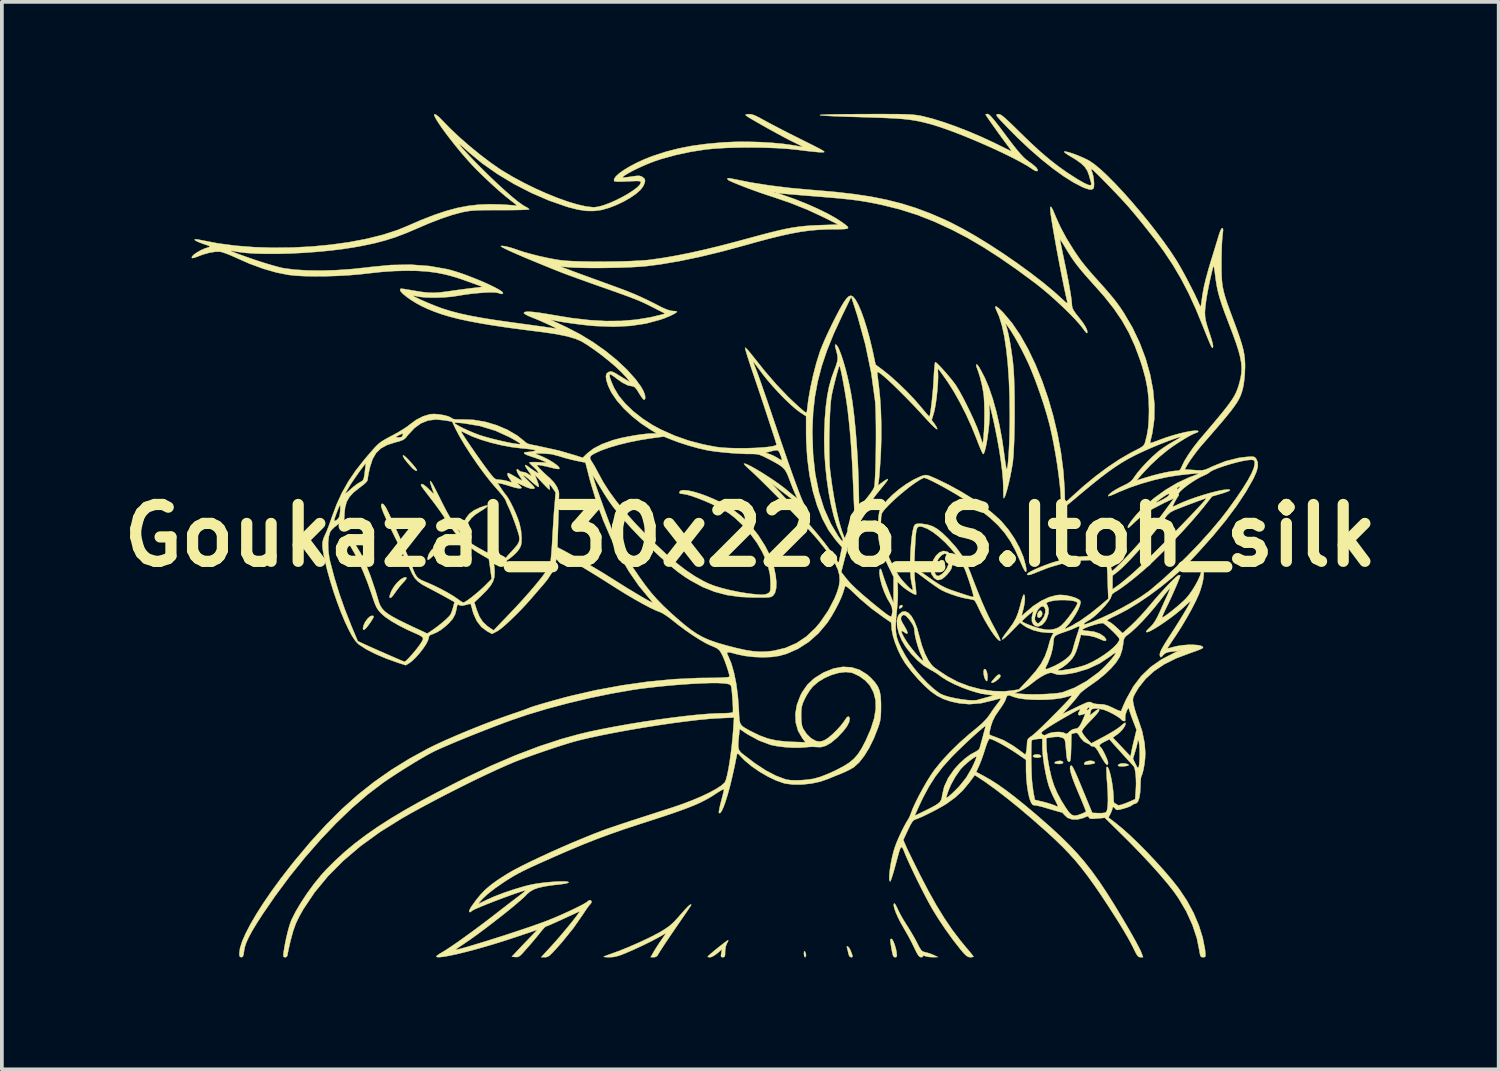
<source format=kicad_pcb>
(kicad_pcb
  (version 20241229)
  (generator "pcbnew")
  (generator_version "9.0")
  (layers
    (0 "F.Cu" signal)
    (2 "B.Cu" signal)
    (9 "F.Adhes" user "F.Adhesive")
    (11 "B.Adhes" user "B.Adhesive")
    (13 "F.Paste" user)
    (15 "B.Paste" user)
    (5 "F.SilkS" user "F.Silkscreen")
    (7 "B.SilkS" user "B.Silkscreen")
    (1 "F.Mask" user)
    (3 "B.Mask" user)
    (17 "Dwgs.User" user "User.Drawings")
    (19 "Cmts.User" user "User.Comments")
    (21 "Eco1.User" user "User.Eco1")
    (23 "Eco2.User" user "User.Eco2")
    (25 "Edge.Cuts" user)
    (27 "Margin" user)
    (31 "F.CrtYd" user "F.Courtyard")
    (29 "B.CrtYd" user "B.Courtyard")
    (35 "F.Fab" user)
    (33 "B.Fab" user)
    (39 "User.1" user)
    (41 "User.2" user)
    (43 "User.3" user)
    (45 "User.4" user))
  (footprint "Goukazal_30x22.6_S.Itoh_silk"
    (layer "F.Cu")
    (at 17.062 11.307)
    (property "Reference" "Goukazal_30x22.6_S.Itoh_silk" (at 0 0 180) (layer "F.SilkS") (effects (font (size 1.524 1.524) (thickness 0.3))))
    (attr through_hole)
    (fp_poly (pts (xy 4.079 1.874) (xy 4.079 1.907) (xy 4.047 1.936) (xy 4.003 1.957) (xy 3.989 1.94) (xy 3.989 1.93) (xy 4.008 1.88) (xy 4.049 1.86) (xy 4.079 1.874)) (stroke (width 0.01) (type solid)) (fill yes) (layer "F.SilkS"))
    (fp_poly (pts (xy 1.467 11.155) (xy 1.491 11.216) (xy 1.492 11.272) (xy 1.471 11.301) (xy 1.467 11.302) (xy 1.447 11.276) (xy 1.438 11.214) (xy 1.438 11.206) (xy 1.442 11.147) (xy 1.456 11.141) (xy 1.467 11.155)) (stroke (width 0.01) (type solid)) (fill yes) (layer "F.SilkS"))
    (fp_poly (pts (xy 7.819 2.048) (xy 7.825 2.111) (xy 7.801 2.165) (xy 7.749 2.204) (xy 7.708 2.188) (xy 7.696 2.166) (xy 7.695 2.11) (xy 7.72 2.052) (xy 7.757 2.013) (xy 7.782 2.009) (xy 7.819 2.048)) (stroke (width 0.01) (type solid)) (fill yes) (layer "F.SilkS"))
    (fp_poly (pts (xy 7.748 5.873) (xy 7.772 5.885) (xy 7.798 5.918) (xy 7.775 5.942) (xy 7.712 5.953) (xy 7.661 5.951) (xy 7.595 5.935) (xy 7.575 5.908) (xy 7.575 5.907) (xy 7.612 5.876) (xy 7.678 5.864) (xy 7.748 5.873)) (stroke (width 0.01) (type solid)) (fill yes) (layer "F.SilkS"))
    (fp_poly (pts (xy 8.344 6.044) (xy 8.387 6.073) (xy 8.378 6.1) (xy 8.324 6.118) (xy 8.271 6.122) (xy 8.198 6.115) (xy 8.157 6.099) (xy 8.154 6.093) (xy 8.179 6.065) (xy 8.238 6.044) (xy 8.306 6.037) (xy 8.344 6.044)) (stroke (width 0.01) (type solid)) (fill yes) (layer "F.SilkS"))
    (fp_poly (pts (xy 5.173 0.663) (xy 5.211 0.718) (xy 5.215 0.74) (xy 5.204 0.815) (xy 5.164 0.875) (xy 5.108 0.91) (xy 5.051 0.905) (xy 5.035 0.893) (xy 5.017 0.839) (xy 5.026 0.764) (xy 5.058 0.696) (xy 5.116 0.654) (xy 5.173 0.663)) (stroke (width 0.01) (type solid)) (fill yes) (layer "F.SilkS"))
    (fp_poly (pts (xy 10.065 6.112) (xy 10.132 6.133) (xy 10.143 6.154) (xy 10.101 6.172) (xy 10.008 6.185) (xy 10.002 6.185) (xy 9.903 6.186) (xy 9.858 6.17) (xy 9.855 6.162) (xy 9.881 6.128) (xy 9.946 6.108) (xy 10.034 6.108) (xy 10.065 6.112)) (stroke (width 0.01) (type solid)) (fill yes) (layer "F.SilkS"))
    (fp_poly (pts (xy 6.306 3.585) (xy 6.334 3.635) (xy 6.354 3.713) (xy 6.36 3.803) (xy 6.359 3.822) (xy 6.35 3.887) (xy 6.336 3.901) (xy 6.311 3.876) (xy 6.279 3.815) (xy 6.259 3.732) (xy 6.253 3.65) (xy 6.263 3.591) (xy 6.273 3.578) (xy 6.306 3.585)) (stroke (width 0.01) (type solid)) (fill yes) (layer "F.SilkS"))
    (fp_poly (pts (xy 9.197 6.047) (xy 9.219 6.061) (xy 9.239 6.087) (xy 9.226 6.105) (xy 9.173 6.119) (xy 9.083 6.132) (xy 8.998 6.141) (xy 8.958 6.135) (xy 8.949 6.112) (xy 8.951 6.1) (xy 8.984 6.065) (xy 9.051 6.042) (xy 9.13 6.035) (xy 9.197 6.047)) (stroke (width 0.01) (type solid)) (fill yes) (layer "F.SilkS"))
    (fp_poly (pts (xy -10.107 2.153) (xy -10.096 2.172) (xy -10.113 2.215) (xy -10.16 2.291) (xy -10.201 2.352) (xy -10.279 2.457) (xy -10.336 2.515) (xy -10.372 2.524) (xy -10.383 2.488) (xy -10.365 2.404) (xy -10.32 2.311) (xy -10.258 2.226) (xy -10.193 2.167) (xy -10.144 2.149) (xy -10.107 2.153)) (stroke (width 0.01) (type solid)) (fill yes) (layer "F.SilkS"))
    (fp_poly (pts (xy 2.647 11.047) (xy 2.686 11.118) (xy 2.705 11.165) (xy 2.734 11.246) (xy 2.741 11.287) (xy 2.727 11.3) (xy 2.702 11.302) (xy 2.657 11.28) (xy 2.632 11.21) (xy 2.631 11.206) (xy 2.613 11.121) (xy 2.594 11.055) (xy 2.586 11.015) (xy 2.613 11.013) (xy 2.647 11.047)) (stroke (width 0.01) (type solid)) (fill yes) (layer "F.SilkS"))
    (fp_poly (pts (xy 6.695 3.734) (xy 6.697 3.736) (xy 6.708 3.769) (xy 6.68 3.814) (xy 6.636 3.858) (xy 6.566 3.911) (xy 6.506 3.941) (xy 6.492 3.944) (xy 6.463 3.938) (xy 6.471 3.913) (xy 6.499 3.878) (xy 6.579 3.787) (xy 6.632 3.737) (xy 6.668 3.722) (xy 6.695 3.734)) (stroke (width 0.01) (type solid)) (fill yes) (layer "F.SilkS"))
    (fp_poly (pts (xy -9.285 -2.145) (xy -9.231 -2.1) (xy -9.157 -2.026) (xy -9.071 -1.933) (xy -8.983 -1.827) (xy -8.967 -1.807) (xy -8.935 -1.754) (xy -8.941 -1.735) (xy -8.977 -1.745) (xy -9.031 -1.784) (xy -9.081 -1.832) (xy -9.197 -1.963) (xy -9.274 -2.063) (xy -9.31 -2.129) (xy -9.31 -2.152) (xy -9.285 -2.145)) (stroke (width 0.01) (type solid)) (fill yes) (layer "F.SilkS"))
    (fp_poly (pts (xy -9.215 1.128) (xy -9.221 1.159) (xy -9.268 1.219) (xy -9.314 1.267) (xy -9.393 1.358) (xy -9.476 1.465) (xy -9.512 1.517) (xy -9.581 1.612) (xy -9.633 1.664) (xy -9.663 1.67) (xy -9.667 1.628) (xy -9.662 1.6) (xy -9.619 1.482) (xy -9.549 1.363) (xy -9.462 1.256) (xy -9.37 1.172) (xy -9.284 1.125) (xy -9.247 1.118) (xy -9.215 1.128)) (stroke (width 0.01) (type solid)) (fill yes) (layer "F.SilkS"))
    (fp_poly (pts (xy -8.14 0.174) (xy -8.127 0.203) (xy -8.159 0.24) (xy -8.168 0.246) (xy -8.214 0.28) (xy -8.289 0.345) (xy -8.382 0.429) (xy -8.439 0.483) (xy -8.536 0.574) (xy -8.598 0.628) (xy -8.634 0.649) (xy -8.649 0.642) (xy -8.652 0.616) (xy -8.626 0.511) (xy -8.557 0.4) (xy -8.455 0.296) (xy -8.332 0.211) (xy -8.259 0.178) (xy -8.188 0.163) (xy -8.14 0.174)) (stroke (width 0.01) (type solid)) (fill yes) (layer "F.SilkS"))
    (fp_poly (pts (xy 3.806 10.827) (xy 3.84 10.889) (xy 3.874 10.979) (xy 3.904 11.084) (xy 3.921 11.173) (xy 3.929 11.253) (xy 3.92 11.291) (xy 3.891 11.302) (xy 3.881 11.302) (xy 3.85 11.293) (xy 3.827 11.26) (xy 3.808 11.19) (xy 3.787 11.082) (xy 3.767 10.958) (xy 3.756 10.88) (xy 3.753 10.838) (xy 3.759 10.818) (xy 3.772 10.81) (xy 3.778 10.808) (xy 3.806 10.827)) (stroke (width 0.01) (type solid)) (fill yes) (layer "F.SilkS"))
    (fp_poly (pts (xy -7.042 -0.796) (xy -7.075 -0.759) (xy -7.154 -0.702) (xy -7.249 -0.643) (xy -7.381 -0.556) (xy -7.476 -0.47) (xy -7.553 -0.368) (xy -7.557 -0.362) (xy -7.618 -0.27) (xy -7.656 -0.222) (xy -7.68 -0.212) (xy -7.697 -0.235) (xy -7.702 -0.247) (xy -7.699 -0.305) (xy -7.665 -0.389) (xy -7.61 -0.483) (xy -7.543 -0.569) (xy -7.519 -0.594) (xy -7.402 -0.679) (xy -7.243 -0.754) (xy -7.12 -0.796) (xy -7.056 -0.809) (xy -7.042 -0.796)) (stroke (width 0.01) (type solid)) (fill yes) (layer "F.SilkS"))
    (fp_poly (pts (xy -0.597 10.876) (xy -0.627 10.932) (xy -0.659 11.015) (xy -0.674 11.129) (xy -0.675 11.154) (xy -0.677 11.242) (xy -0.69 11.286) (xy -0.719 11.301) (xy -0.737 11.302) (xy -0.776 11.295) (xy -0.788 11.265) (xy -0.778 11.195) (xy -0.758 11.088) (xy -0.883 11.195) (xy -0.965 11.255) (xy -1.04 11.294) (xy -1.076 11.302) (xy -1.128 11.297) (xy -1.144 11.289) (xy -1.123 11.264) (xy -1.066 11.213) (xy -0.986 11.145) (xy -0.892 11.068) (xy -0.795 10.991) (xy -0.707 10.923) (xy -0.637 10.871) (xy -0.597 10.846) (xy -0.592 10.845) (xy -0.597 10.876)) (stroke (width 0.01) (type solid)) (fill yes) (layer "F.SilkS"))
    (fp_poly (pts (xy 3.886 9.885) (xy 3.922 9.95) (xy 3.959 10.029) (xy 4.009 10.13) (xy 4.08 10.258) (xy 4.161 10.391) (xy 4.199 10.45) (xy 4.286 10.589) (xy 4.376 10.742) (xy 4.453 10.882) (xy 4.475 10.926) (xy 4.532 11.036) (xy 4.575 11.105) (xy 4.614 11.143) (xy 4.661 11.162) (xy 4.69 11.168) (xy 4.787 11.194) (xy 4.893 11.234) (xy 4.913 11.243) (xy 5.03 11.298) (xy 4.889 11.3) (xy 4.792 11.295) (xy 4.713 11.28) (xy 4.691 11.272) (xy 4.644 11.256) (xy 4.634 11.272) (xy 4.61 11.296) (xy 4.574 11.302) (xy 4.538 11.29) (xy 4.5 11.248) (xy 4.454 11.168) (xy 4.397 11.05) (xy 4.326 10.905) (xy 4.239 10.74) (xy 4.15 10.584) (xy 4.124 10.539) (xy 4.036 10.385) (xy 3.96 10.236) (xy 3.901 10.102) (xy 3.861 9.99) (xy 3.844 9.908) (xy 3.852 9.865) (xy 3.864 9.86) (xy 3.886 9.885)) (stroke (width 0.01) (type solid)) (fill yes) (layer "F.SilkS"))
    (fp_poly (pts (xy 5.294 0.437) (xy 5.372 0.506) (xy 5.417 0.608) (xy 5.426 0.734) (xy 5.394 0.873) (xy 5.386 0.892) (xy 5.347 0.958) (xy 5.284 1.034) (xy 5.212 1.106) (xy 5.147 1.159) (xy 5.105 1.177) (xy 5.056 1.187) (xy 5.039 1.193) (xy 4.995 1.183) (xy 4.935 1.14) (xy 4.919 1.125) (xy 4.853 1.022) (xy 4.842 0.957) (xy 4.94 0.957) (xy 4.953 1.018) (xy 4.994 1.074) (xy 5.049 1.082) (xy 5.124 1.04) (xy 5.179 0.993) (xy 5.265 0.885) (xy 5.315 0.762) (xy 5.323 0.641) (xy 5.302 0.567) (xy 5.258 0.499) (xy 5.209 0.483) (xy 5.142 0.517) (xy 5.112 0.542) (xy 5.043 0.624) (xy 4.988 0.733) (xy 4.951 0.851) (xy 4.94 0.957) (xy 4.842 0.957) (xy 4.839 0.944) (xy 4.858 0.793) (xy 4.907 0.653) (xy 4.98 0.536) (xy 5.069 0.452) (xy 5.167 0.413) (xy 5.189 0.412) (xy 5.294 0.437)) (stroke (width 0.01) (type solid)) (fill yes) (layer "F.SilkS"))
    (fp_poly (pts (xy -1.584 9.9) (xy -1.6 9.927) (xy -1.645 9.995) (xy -1.714 10.098) (xy -1.804 10.229) (xy -1.909 10.382) (xy -1.998 10.511) (xy -2.115 10.682) (xy -2.223 10.842) (xy -2.317 10.983) (xy -2.391 11.097) (xy -2.441 11.176) (xy -2.458 11.206) (xy -2.503 11.275) (xy -2.56 11.3) (xy -2.588 11.302) (xy -2.672 11.302) (xy -2.592 11.162) (xy -2.533 11.065) (xy -2.457 10.946) (xy -2.383 10.838) (xy -2.254 10.653) (xy -2.44 10.758) (xy -2.63 10.86) (xy -2.858 10.973) (xy -3.105 11.089) (xy -3.354 11.197) (xy -3.364 11.201) (xy -3.525 11.262) (xy -3.658 11.294) (xy -3.767 11.302) (xy -3.856 11.3) (xy -3.915 11.295) (xy -3.93 11.29) (xy -3.905 11.275) (xy -3.837 11.248) (xy -3.742 11.215) (xy -3.732 11.211) (xy -3.546 11.144) (xy -3.33 11.058) (xy -3.1 10.96) (xy -2.871 10.857) (xy -2.66 10.755) (xy -2.48 10.662) (xy -2.401 10.618) (xy -2.266 10.534) (xy -2.157 10.456) (xy -2.06 10.369) (xy -1.955 10.258) (xy -1.878 10.17) (xy -1.757 10.033) (xy -1.67 9.941) (xy -1.614 9.894) (xy -1.587 9.889) (xy -1.584 9.9)) (stroke (width 0.01) (type solid)) (fill yes) (layer "F.SilkS"))
    (fp_poly (pts (xy 6.401 -11.283) (xy 6.461 -11.225) (xy 6.546 -11.125) (xy 6.66 -10.98) (xy 6.759 -10.849) (xy 6.917 -10.637) (xy 7.047 -10.467) (xy 7.154 -10.333) (xy 7.243 -10.229) (xy 7.319 -10.148) (xy 7.388 -10.085) (xy 7.455 -10.033) (xy 7.476 -10.018) (xy 7.564 -9.954) (xy 7.639 -9.891) (xy 7.668 -9.863) (xy 7.705 -9.804) (xy 7.696 -9.772) (xy 7.652 -9.773) (xy 7.583 -9.81) (xy 7.442 -9.903) (xy 7.255 -10.01) (xy 7.029 -10.129) (xy 6.774 -10.254) (xy 6.497 -10.384) (xy 6.208 -10.512) (xy 5.914 -10.637) (xy 5.626 -10.754) (xy 5.35 -10.859) (xy 5.096 -10.948) (xy 4.873 -11.019) (xy 4.81 -11.036) (xy 4.666 -11.073) (xy 4.531 -11.104) (xy 4.397 -11.129) (xy 4.255 -11.15) (xy 4.097 -11.167) (xy 3.916 -11.181) (xy 3.703 -11.192) (xy 3.45 -11.203) (xy 3.149 -11.213) (xy 3.036 -11.216) (xy 2.695 -11.226) (xy 2.412 -11.236) (xy 2.188 -11.245) (xy 2.022 -11.254) (xy 1.915 -11.262) (xy 1.866 -11.27) (xy 1.876 -11.277) (xy 1.945 -11.282) (xy 2.072 -11.288) (xy 2.258 -11.292) (xy 2.502 -11.295) (xy 2.805 -11.297) (xy 3.014 -11.298) (xy 3.331 -11.299) (xy 3.596 -11.299) (xy 3.814 -11.298) (xy 3.992 -11.297) (xy 4.136 -11.294) (xy 4.253 -11.289) (xy 4.348 -11.283) (xy 4.428 -11.275) (xy 4.499 -11.265) (xy 4.567 -11.253) (xy 4.624 -11.241) (xy 4.89 -11.173) (xy 5.193 -11.079) (xy 5.523 -10.962) (xy 5.866 -10.828) (xy 6.211 -10.68) (xy 6.547 -10.524) (xy 6.599 -10.498) (xy 6.734 -10.431) (xy 6.851 -10.373) (xy 6.939 -10.33) (xy 6.988 -10.307) (xy 6.994 -10.304) (xy 6.993 -10.319) (xy 6.962 -10.368) (xy 6.912 -10.437) (xy 6.841 -10.532) (xy 6.755 -10.649) (xy 6.662 -10.776) (xy 6.569 -10.907) (xy 6.48 -11.031) (xy 6.404 -11.14) (xy 6.346 -11.225) (xy 6.312 -11.276) (xy 6.306 -11.287) (xy 6.331 -11.299) (xy 6.364 -11.302) (xy 6.401 -11.283)) (stroke (width 0.01) (type solid)) (fill yes) (layer "F.SilkS"))
    (fp_poly (pts (xy 6.67 -11.296) (xy 6.706 -11.283) (xy 6.753 -11.253) (xy 6.816 -11.202) (xy 6.901 -11.125) (xy 7.015 -11.017) (xy 7.161 -10.874) (xy 7.226 -10.81) (xy 7.512 -10.533) (xy 7.772 -10.294) (xy 8.015 -10.087) (xy 8.25 -9.903) (xy 8.487 -9.735) (xy 8.735 -9.575) (xy 8.806 -9.532) (xy 8.956 -9.447) (xy 9.062 -9.4) (xy 9.124 -9.391) (xy 9.144 -9.42) (xy 9.141 -9.44) (xy 9.125 -9.497) (xy 9.1 -9.586) (xy 9.081 -9.654) (xy 9.036 -9.776) (xy 8.967 -9.881) (xy 8.866 -9.979) (xy 8.723 -10.081) (xy 8.612 -10.148) (xy 8.514 -10.207) (xy 8.444 -10.256) (xy 8.411 -10.287) (xy 8.412 -10.295) (xy 8.464 -10.292) (xy 8.556 -10.269) (xy 8.674 -10.23) (xy 8.804 -10.18) (xy 8.934 -10.124) (xy 9.051 -10.067) (xy 9.094 -10.043) (xy 9.228 -9.951) (xy 9.39 -9.816) (xy 9.575 -9.643) (xy 9.777 -9.439) (xy 9.992 -9.21) (xy 10.214 -8.961) (xy 10.439 -8.697) (xy 10.662 -8.426) (xy 10.876 -8.152) (xy 11.078 -7.882) (xy 11.263 -7.621) (xy 11.424 -7.375) (xy 11.437 -7.354) (xy 11.516 -7.22) (xy 11.61 -7.052) (xy 11.712 -6.862) (xy 11.813 -6.666) (xy 11.908 -6.478) (xy 11.987 -6.311) (xy 12.045 -6.181) (xy 12.045 -6.181) (xy 12.062 -6.146) (xy 12.075 -6.15) (xy 12.085 -6.198) (xy 12.097 -6.284) (xy 12.125 -6.481) (xy 12.163 -6.683) (xy 12.216 -6.902) (xy 12.285 -7.152) (xy 12.36 -7.402) (xy 12.415 -7.579) (xy 12.467 -7.749) (xy 12.513 -7.899) (xy 12.548 -8.016) (xy 12.565 -8.072) (xy 12.604 -8.181) (xy 12.639 -8.238) (xy 12.664 -8.241) (xy 12.674 -8.191) (xy 12.664 -8.087) (xy 12.661 -8.072) (xy 12.652 -7.988) (xy 12.643 -7.859) (xy 12.636 -7.696) (xy 12.632 -7.512) (xy 12.63 -7.329) (xy 12.631 -7.128) (xy 12.634 -6.961) (xy 12.643 -6.817) (xy 12.66 -6.684) (xy 12.687 -6.551) (xy 12.726 -6.408) (xy 12.779 -6.244) (xy 12.849 -6.048) (xy 12.938 -5.809) (xy 12.948 -5.783) (xy 13.043 -5.527) (xy 13.117 -5.315) (xy 13.173 -5.139) (xy 13.214 -4.989) (xy 13.24 -4.856) (xy 13.255 -4.73) (xy 13.262 -4.602) (xy 13.262 -4.515) (xy 13.256 -4.358) (xy 13.243 -4.196) (xy 13.225 -4.055) (xy 13.217 -4.01) (xy 13.196 -3.917) (xy 13.171 -3.831) (xy 13.14 -3.747) (xy 13.099 -3.661) (xy 13.045 -3.567) (xy 12.973 -3.462) (xy 12.882 -3.34) (xy 12.767 -3.197) (xy 12.625 -3.027) (xy 12.453 -2.827) (xy 12.248 -2.59) (xy 12.085 -2.405) (xy 11.999 -2.3) (xy 11.903 -2.174) (xy 11.81 -2.045) (xy 11.735 -1.932) (xy 11.706 -1.883) (xy 11.645 -1.775) (xy 11.898 -1.757) (xy 12.02 -1.749) (xy 12.108 -1.75) (xy 12.182 -1.764) (xy 12.264 -1.795) (xy 12.375 -1.847) (xy 12.389 -1.854) (xy 12.735 -1.993) (xy 13.086 -2.082) (xy 13.288 -2.108) (xy 13.403 -2.116) (xy 13.474 -2.116) (xy 13.517 -2.104) (xy 13.546 -2.078) (xy 13.561 -2.058) (xy 13.602 -1.965) (xy 13.605 -1.853) (xy 13.569 -1.714) (xy 13.493 -1.542) (xy 13.484 -1.524) (xy 13.285 -1.174) (xy 13.04 -0.804) (xy 12.747 -0.411) (xy 12.405 0.004) (xy 12.012 0.444) (xy 11.816 0.653) (xy 11.574 0.892) (xy 11.299 1.136) (xy 11.004 1.375) (xy 10.7 1.602) (xy 10.397 1.807) (xy 10.107 1.984) (xy 9.84 2.124) (xy 9.814 2.136) (xy 9.705 2.188) (xy 9.62 2.232) (xy 9.57 2.263) (xy 9.562 2.272) (xy 9.586 2.296) (xy 9.618 2.31) (xy 9.668 2.338) (xy 9.742 2.396) (xy 9.827 2.471) (xy 9.828 2.472) (xy 9.981 2.616) (xy 10.213 2.404) (xy 10.326 2.295) (xy 10.458 2.157) (xy 10.591 2.009) (xy 10.699 1.884) (xy 10.826 1.732) (xy 10.958 1.581) (xy 11.089 1.438) (xy 11.211 1.308) (xy 11.319 1.199) (xy 11.406 1.117) (xy 11.466 1.069) (xy 11.488 1.06) (xy 11.524 1.066) (xy 11.527 1.071) (xy 11.515 1.111) (xy 11.483 1.194) (xy 11.437 1.307) (xy 11.379 1.44) (xy 11.317 1.581) (xy 11.254 1.719) (xy 11.195 1.843) (xy 11.175 1.883) (xy 11.117 2.003) (xy 11.071 2.102) (xy 11.043 2.17) (xy 11.036 2.196) (xy 11.066 2.187) (xy 11.13 2.146) (xy 11.218 2.082) (xy 11.322 2) (xy 11.431 1.911) (xy 11.537 1.819) (xy 11.629 1.735) (xy 11.681 1.683) (xy 11.763 1.584) (xy 11.85 1.46) (xy 11.933 1.325) (xy 12.004 1.192) (xy 12.056 1.074) (xy 12.083 0.986) (xy 12.084 0.967) (xy 12.097 0.913) (xy 12.125 0.902) (xy 12.151 0.94) (xy 12.152 0.945) (xy 12.157 1.032) (xy 12.143 1.158) (xy 12.111 1.306) (xy 12.066 1.46) (xy 12.024 1.574) (xy 11.939 1.759) (xy 11.828 1.976) (xy 11.698 2.208) (xy 11.559 2.442) (xy 11.419 2.66) (xy 11.378 2.721) (xy 11.301 2.834) (xy 11.239 2.929) (xy 11.198 2.994) (xy 11.184 3.021) (xy 11.185 3.022) (xy 11.214 3.019) (xy 11.282 3.002) (xy 11.323 2.99) (xy 11.455 2.959) (xy 11.598 2.938) (xy 11.744 2.927) (xy 11.881 2.927) (xy 11.998 2.936) (xy 12.085 2.955) (xy 12.132 2.984) (xy 12.136 3.008) (xy 12.106 3.028) (xy 12.031 3.061) (xy 11.922 3.103) (xy 11.791 3.148) (xy 11.789 3.149) (xy 11.416 3.289) (xy 11.096 3.449) (xy 10.824 3.632) (xy 10.597 3.839) (xy 10.41 4.075) (xy 10.316 4.231) (xy 10.275 4.312) (xy 10.257 4.374) (xy 10.258 4.441) (xy 10.277 4.539) (xy 10.278 4.547) (xy 10.311 4.673) (xy 10.357 4.816) (xy 10.393 4.915) (xy 10.505 5.246) (xy 10.57 5.569) (xy 10.588 5.826) (xy 10.582 5.975) (xy 10.564 6.13) (xy 10.538 6.275) (xy 10.507 6.392) (xy 10.48 6.455) (xy 10.47 6.498) (xy 10.463 6.583) (xy 10.458 6.694) (xy 10.458 6.724) (xy 10.448 6.901) (xy 10.424 7.04) (xy 10.388 7.135) (xy 10.341 7.179) (xy 10.326 7.181) (xy 10.262 7.203) (xy 10.239 7.223) (xy 10.194 7.251) (xy 10.111 7.285) (xy 10.011 7.316) (xy 9.908 7.343) (xy 9.846 7.353) (xy 9.811 7.348) (xy 9.787 7.326) (xy 9.782 7.319) (xy 9.738 7.275) (xy 9.713 7.281) (xy 9.708 7.308) (xy 9.696 7.357) (xy 9.665 7.431) (xy 9.655 7.452) (xy 9.601 7.557) (xy 9.799 7.71) (xy 9.98 7.858) (xy 10.187 8.044) (xy 10.411 8.26) (xy 10.643 8.494) (xy 10.873 8.739) (xy 11.094 8.984) (xy 11.296 9.22) (xy 11.47 9.439) (xy 11.503 9.484) (xy 11.706 9.789) (xy 11.882 10.115) (xy 12.024 10.449) (xy 12.127 10.779) (xy 12.188 11.091) (xy 12.191 11.124) (xy 12.2 11.222) (xy 12.199 11.275) (xy 12.182 11.297) (xy 12.146 11.302) (xy 12.136 11.302) (xy 12.092 11.296) (xy 12.067 11.269) (xy 12.051 11.206) (xy 12.042 11.147) (xy 11.971 10.794) (xy 11.85 10.43) (xy 11.684 10.068) (xy 11.477 9.718) (xy 11.345 9.531) (xy 11.178 9.32) (xy 10.973 9.079) (xy 10.737 8.815) (xy 10.476 8.536) (xy 10.198 8.249) (xy 9.96 8.013) (xy 9.503 7.564) (xy 9.298 7.583) (xy 9.188 7.591) (xy 9.122 7.589) (xy 9.089 7.575) (xy 9.076 7.554) (xy 9.056 7.524) (xy 9.02 7.528) (xy 8.979 7.547) (xy 8.901 7.577) (xy 8.799 7.602) (xy 8.766 7.608) (xy 8.624 7.607) (xy 8.502 7.563) (xy 8.415 7.482) (xy 8.41 7.475) (xy 8.369 7.429) (xy 8.341 7.417) (xy 8.301 7.409) (xy 8.218 7.386) (xy 8.104 7.353) (xy 7.979 7.316) (xy 7.847 7.277) (xy 7.733 7.248) (xy 7.65 7.231) (xy 7.612 7.229) (xy 7.569 7.218) (xy 7.526 7.155) (xy 7.486 7.049) (xy 7.452 6.906) (xy 7.423 6.735) (xy 7.403 6.542) (xy 7.392 6.336) (xy 7.391 6.25) (xy 7.391 6.011) (xy 7.135 5.835) (xy 7.001 5.747) (xy 6.859 5.661) (xy 6.72 5.581) (xy 6.593 5.515) (xy 6.492 5.468) (xy 6.425 5.446) (xy 6.416 5.445) (xy 6.389 5.472) (xy 6.353 5.548) (xy 6.312 5.664) (xy 6.295 5.717) (xy 6.249 5.861) (xy 6.197 6.008) (xy 6.148 6.132) (xy 6.134 6.163) (xy 6.056 6.337) (xy 6.24 6.434) (xy 6.426 6.539) (xy 6.626 6.666) (xy 6.844 6.82) (xy 7.085 7.003) (xy 7.355 7.221) (xy 7.659 7.476) (xy 7.764 7.567) (xy 8.055 7.822) (xy 8.314 8.061) (xy 8.548 8.291) (xy 8.763 8.519) (xy 8.964 8.753) (xy 9.158 9) (xy 9.351 9.268) (xy 9.549 9.565) (xy 9.758 9.897) (xy 9.984 10.272) (xy 10.06 10.401) (xy 10.165 10.581) (xy 10.262 10.753) (xy 10.347 10.907) (xy 10.415 11.035) (xy 10.461 11.126) (xy 10.475 11.159) (xy 10.529 11.302) (xy 10.457 11.302) (xy 10.42 11.295) (xy 10.385 11.268) (xy 10.347 11.211) (xy 10.297 11.114) (xy 10.264 11.044) (xy 10.208 10.935) (xy 10.128 10.789) (xy 10.031 10.622) (xy 9.926 10.447) (xy 9.835 10.301) (xy 9.607 9.946) (xy 9.403 9.636) (xy 9.216 9.364) (xy 9.042 9.123) (xy 8.875 8.906) (xy 8.71 8.706) (xy 8.541 8.518) (xy 8.363 8.334) (xy 8.17 8.147) (xy 7.957 7.951) (xy 7.917 7.915) (xy 7.557 7.598) (xy 7.209 7.303) (xy 6.879 7.036) (xy 6.571 6.8) (xy 6.293 6.6) (xy 6.096 6.47) (xy 6.018 6.42) (xy 5.868 6.622) (xy 5.69 6.836) (xy 5.49 7.021) (xy 5.266 7.184) (xy 5.165 7.246) (xy 5.035 7.319) (xy 4.89 7.396) (xy 4.742 7.47) (xy 4.606 7.535) (xy 4.494 7.583) (xy 4.421 7.609) (xy 4.38 7.63) (xy 4.338 7.677) (xy 4.289 7.76) (xy 4.227 7.888) (xy 4.224 7.893) (xy 4.101 8.158) (xy 4.166 8.31) (xy 4.197 8.38) (xy 4.251 8.492) (xy 4.322 8.638) (xy 4.405 8.807) (xy 4.497 8.99) (xy 4.549 9.095) (xy 4.775 9.528) (xy 4.99 9.913) (xy 5.202 10.257) (xy 5.414 10.569) (xy 5.633 10.857) (xy 5.785 11.041) (xy 5.868 11.138) (xy 5.933 11.218) (xy 5.974 11.271) (xy 5.983 11.287) (xy 5.958 11.297) (xy 5.896 11.302) (xy 5.896 11.302) (xy 5.846 11.294) (xy 5.794 11.264) (xy 5.731 11.204) (xy 5.646 11.105) (xy 5.644 11.103) (xy 5.442 10.846) (xy 5.233 10.557) (xy 5.034 10.259) (xy 4.896 10.036) (xy 4.808 9.881) (xy 4.704 9.687) (xy 4.591 9.467) (xy 4.475 9.236) (xy 4.364 9.006) (xy 4.264 8.792) (xy 4.181 8.607) (xy 4.142 8.513) (xy 4.109 8.43) (xy 4.082 8.374) (xy 4.059 8.348) (xy 4.037 8.359) (xy 4.012 8.408) (xy 3.981 8.502) (xy 3.942 8.644) (xy 3.89 8.837) (xy 3.886 8.852) (xy 3.845 8.999) (xy 3.807 9.124) (xy 3.776 9.216) (xy 3.755 9.265) (xy 3.749 9.271) (xy 3.73 9.244) (xy 3.725 9.171) (xy 3.73 9.061) (xy 3.746 8.925) (xy 3.771 8.773) (xy 3.803 8.616) (xy 3.841 8.463) (xy 3.873 8.359) (xy 3.919 8.233) (xy 3.983 8.084) (xy 4.056 7.928) (xy 4.13 7.782) (xy 4.195 7.666) (xy 4.223 7.623) (xy 4.266 7.545) (xy 4.282 7.505) (xy 4.411 7.505) (xy 4.44 7.493) (xy 4.508 7.461) (xy 4.605 7.414) (xy 4.658 7.388) (xy 4.826 7.305) (xy 4.947 7.24) (xy 5.031 7.186) (xy 5.085 7.136) (xy 5.117 7.084) (xy 5.134 7.026) (xy 5.25 7.026) (xy 5.269 7.026) (xy 5.32 6.99) (xy 5.394 6.926) (xy 5.482 6.843) (xy 5.577 6.746) (xy 5.612 6.709) (xy 5.786 6.491) (xy 5.934 6.238) (xy 5.941 6.223) (xy 5.996 6.107) (xy 6.037 6.011) (xy 6.06 5.946) (xy 6.061 5.926) (xy 6.03 5.932) (xy 5.968 5.97) (xy 5.887 6.03) (xy 5.799 6.103) (xy 5.715 6.179) (xy 5.648 6.249) (xy 5.634 6.266) (xy 5.492 6.47) (xy 5.375 6.683) (xy 5.308 6.844) (xy 5.278 6.935) (xy 5.257 7.002) (xy 5.25 7.026) (xy 5.134 7.026) (xy 5.135 7.022) (xy 5.144 6.957) (xy 5.199 6.725) (xy 5.308 6.492) (xy 5.468 6.264) (xy 5.599 6.12) (xy 5.753 5.978) (xy 5.892 5.874) (xy 5.976 5.827) (xy 6.062 5.782) (xy 6.124 5.737) (xy 6.143 5.712) (xy 6.17 5.618) (xy 6.202 5.503) (xy 6.235 5.382) (xy 6.249 5.329) (xy 6.41 5.329) (xy 6.411 5.331) (xy 6.446 5.353) (xy 6.518 5.381) (xy 6.566 5.397) (xy 6.797 5.488) (xy 7.04 5.63) (xy 7.186 5.733) (xy 7.377 5.876) (xy 7.378 5.869) (xy 7.531 5.869) (xy 7.532 6.029) (xy 7.535 6.193) (xy 7.539 6.349) (xy 7.545 6.487) (xy 7.552 6.595) (xy 7.554 6.608) (xy 7.569 6.737) (xy 7.588 6.871) (xy 7.599 6.934) (xy 7.628 7.083) (xy 7.84 7.134) (xy 7.958 7.165) (xy 8.065 7.198) (xy 8.139 7.225) (xy 8.139 7.225) (xy 8.205 7.253) (xy 8.245 7.267) (xy 8.246 7.267) (xy 8.242 7.245) (xy 8.216 7.183) (xy 8.172 7.095) (xy 8.164 7.08) (xy 8.102 6.954) (xy 8.042 6.817) (xy 8.005 6.72) (xy 7.958 6.554) (xy 7.913 6.351) (xy 7.874 6.131) (xy 7.845 5.917) (xy 7.83 5.728) (xy 7.829 5.669) (xy 7.828 5.438) (xy 7.696 5.453) (xy 7.612 5.466) (xy 7.556 5.481) (xy 7.545 5.487) (xy 7.539 5.522) (xy 7.534 5.604) (xy 7.532 5.724) (xy 7.531 5.869) (xy 7.378 5.869) (xy 7.395 5.8) (xy 7.407 5.724) (xy 7.416 5.622) (xy 7.417 5.587) (xy 7.423 5.504) (xy 7.444 5.45) (xy 7.466 5.43) (xy 7.934 5.43) (xy 7.939 5.651) (xy 7.947 5.768) (xy 7.965 5.923) (xy 7.991 6.093) (xy 8.021 6.254) (xy 8.074 6.487) (xy 8.139 6.692) (xy 8.222 6.888) (xy 8.332 7.093) (xy 8.458 7.297) (xy 8.54 7.413) (xy 8.61 7.482) (xy 8.682 7.508) (xy 8.771 7.496) (xy 8.876 7.458) (xy 8.949 7.427) (xy 8.993 7.406) (xy 8.999 7.402) (xy 8.991 7.374) (xy 8.963 7.3) (xy 8.919 7.19) (xy 8.862 7.052) (xy 8.802 6.912) (xy 8.704 6.676) (xy 8.633 6.488) (xy 8.589 6.346) (xy 8.57 6.246) (xy 8.575 6.186) (xy 8.59 6.168) (xy 8.605 6.165) (xy 8.623 6.179) (xy 8.647 6.213) (xy 8.679 6.274) (xy 8.723 6.368) (xy 8.78 6.499) (xy 8.853 6.673) (xy 8.945 6.896) (xy 8.954 6.917) (xy 9.166 7.432) (xy 9.327 7.439) (xy 9.425 7.439) (xy 9.502 7.429) (xy 9.531 7.419) (xy 9.561 7.368) (xy 9.579 7.262) (xy 9.587 7.106) (xy 9.583 6.903) (xy 9.568 6.657) (xy 9.565 6.623) (xy 9.554 6.476) (xy 9.548 6.35) (xy 9.546 6.256) (xy 9.55 6.206) (xy 9.551 6.203) (xy 9.574 6.198) (xy 9.602 6.242) (xy 9.631 6.326) (xy 9.661 6.439) (xy 9.688 6.573) (xy 9.711 6.717) (xy 9.728 6.863) (xy 9.737 7) (xy 9.737 7.042) (xy 9.743 7.134) (xy 9.763 7.176) (xy 9.779 7.181) (xy 9.824 7.202) (xy 9.832 7.215) (xy 9.867 7.23) (xy 9.95 7.214) (xy 10.08 7.167) (xy 10.194 7.119) (xy 10.316 7.065) (xy 10.336 6.792) (xy 10.341 6.646) (xy 10.337 6.498) (xy 10.325 6.364) (xy 10.307 6.257) (xy 10.284 6.192) (xy 10.277 6.183) (xy 10.248 6.151) (xy 10.188 6.086) (xy 10.107 5.998) (xy 10.093 5.982) (xy 10.258 5.982) (xy 10.324 6.118) (xy 10.364 6.195) (xy 10.389 6.224) (xy 10.406 6.213) (xy 10.414 6.195) (xy 10.424 6.141) (xy 10.432 6.044) (xy 10.437 5.922) (xy 10.437 5.857) (xy 10.435 5.728) (xy 10.428 5.617) (xy 10.418 5.539) (xy 10.412 5.519) (xy 10.393 5.479) (xy 10.386 5.493) (xy 10.385 5.514) (xy 10.376 5.568) (xy 10.353 5.659) (xy 10.322 5.768) (xy 10.32 5.775) (xy 10.258 5.982) (xy 10.093 5.982) (xy 10.015 5.896) (xy 9.92 5.791) (xy 9.832 5.693) (xy 9.759 5.612) (xy 9.716 5.563) (xy 9.626 5.46) (xy 9.491 5.526) (xy 9.398 5.578) (xy 9.36 5.62) (xy 9.372 5.656) (xy 9.386 5.666) (xy 9.42 5.706) (xy 9.465 5.783) (xy 9.513 5.879) (xy 9.556 5.977) (xy 9.584 6.057) (xy 9.591 6.094) (xy 9.58 6.142) (xy 9.549 6.137) (xy 9.498 6.077) (xy 9.427 5.964) (xy 9.386 5.892) (xy 9.319 5.773) (xy 9.268 5.7) (xy 9.228 5.662) (xy 9.189 5.651) (xy 9.188 5.651) (xy 9.137 5.641) (xy 9.122 5.625) (xy 9.097 5.598) (xy 9.056 5.58) (xy 8.945 5.522) (xy 8.849 5.418) (xy 8.818 5.365) (xy 8.779 5.304) (xy 8.738 5.286) (xy 8.69 5.295) (xy 8.608 5.317) (xy 8.6 5.69) (xy 8.595 5.851) (xy 8.588 5.961) (xy 8.578 6.027) (xy 8.564 6.058) (xy 8.552 6.063) (xy 8.524 6.056) (xy 8.503 6.03) (xy 8.488 5.976) (xy 8.475 5.882) (xy 8.463 5.741) (xy 8.461 5.716) (xy 8.45 5.59) (xy 8.439 5.509) (xy 8.423 5.462) (xy 8.397 5.434) (xy 8.357 5.415) (xy 8.353 5.413) (xy 8.262 5.393) (xy 8.141 5.398) (xy 8.1 5.404) (xy 7.934 5.43) (xy 7.466 5.43) (xy 7.495 5.404) (xy 7.551 5.366) (xy 7.599 5.328) (xy 7.651 5.282) (xy 7.803 5.282) (xy 7.805 5.304) (xy 7.821 5.319) (xy 7.86 5.347) (xy 7.891 5.352) (xy 7.935 5.334) (xy 7.983 5.31) (xy 8.069 5.281) (xy 8.179 5.266) (xy 8.291 5.264) (xy 8.385 5.277) (xy 8.432 5.298) (xy 8.47 5.316) (xy 8.51 5.296) (xy 8.549 5.258) (xy 8.563 5.247) (xy 8.887 5.247) (xy 8.906 5.296) (xy 8.956 5.369) (xy 9.013 5.435) (xy 9.139 5.569) (xy 9.484 5.386) (xy 9.624 5.308) (xy 9.755 5.23) (xy 9.862 5.159) (xy 9.931 5.105) (xy 9.934 5.103) (xy 9.997 5.048) (xy 10.042 5.018) (xy 10.054 5.017) (xy 10.058 5.059) (xy 10.028 5.126) (xy 9.972 5.204) (xy 9.899 5.279) (xy 9.854 5.316) (xy 9.717 5.415) (xy 9.955 5.666) (xy 10.192 5.917) (xy 10.216 5.791) (xy 10.235 5.7) (xy 10.263 5.577) (xy 10.294 5.447) (xy 10.297 5.435) (xy 10.353 5.205) (xy 10.25 4.939) (xy 10.206 4.819) (xy 10.171 4.717) (xy 10.15 4.645) (xy 10.146 4.625) (xy 10.135 4.62) (xy 10.109 4.661) (xy 10.088 4.704) (xy 10.054 4.807) (xy 10.047 4.892) (xy 10.049 4.903) (xy 10.052 4.958) (xy 10.021 4.974) (xy 9.969 4.956) (xy 9.956 4.942) (xy 9.908 4.895) (xy 9.821 4.836) (xy 9.711 4.773) (xy 9.595 4.715) (xy 9.487 4.672) (xy 9.463 4.665) (xy 9.342 4.639) (xy 9.238 4.634) (xy 9.163 4.649) (xy 9.131 4.684) (xy 9.13 4.688) (xy 9.118 4.744) (xy 9.105 4.782) (xy 9.1 4.809) (xy 9.126 4.799) (xy 9.188 4.752) (xy 9.196 4.746) (xy 9.266 4.691) (xy 9.318 4.657) (xy 9.334 4.65) (xy 9.358 4.667) (xy 9.338 4.716) (xy 9.273 4.8) (xy 9.162 4.919) (xy 9.122 4.959) (xy 9.027 5.058) (xy 8.951 5.146) (xy 8.902 5.214) (xy 8.887 5.247) (xy 8.563 5.247) (xy 8.634 5.196) (xy 8.702 5.18) (xy 8.773 5.163) (xy 8.83 5.102) (xy 8.841 5.084) (xy 8.877 5.016) (xy 8.917 4.93) (xy 8.952 4.846) (xy 8.973 4.787) (xy 8.975 4.776) (xy 8.951 4.78) (xy 8.899 4.798) (xy 8.823 4.816) (xy 8.788 4.796) (xy 8.8 4.743) (xy 8.813 4.721) (xy 8.84 4.672) (xy 9.015 4.672) (xy 9.028 4.68) (xy 9.071 4.658) (xy 9.079 4.648) (xy 9.09 4.61) (xy 9.067 4.607) (xy 9.034 4.635) (xy 9.015 4.672) (xy 8.84 4.672) (xy 8.84 4.671) (xy 8.841 4.65) (xy 8.806 4.665) (xy 8.73 4.703) (xy 8.624 4.761) (xy 8.499 4.832) (xy 8.364 4.91) (xy 8.23 4.989) (xy 8.108 5.063) (xy 8.006 5.127) (xy 8.002 5.13) (xy 7.895 5.202) (xy 7.831 5.25) (xy 7.803 5.282) (xy 7.651 5.282) (xy 7.678 5.257) (xy 7.781 5.16) (xy 7.9 5.044) (xy 8.03 4.916) (xy 8.162 4.784) (xy 8.163 4.783) (xy 8.367 4.783) (xy 8.679 4.632) (xy 8.807 4.57) (xy 8.922 4.517) (xy 9.009 4.479) (xy 9.053 4.462) (xy 9.123 4.462) (xy 9.155 4.48) (xy 9.207 4.502) (xy 9.296 4.516) (xy 9.361 4.518) (xy 9.468 4.526) (xy 9.568 4.551) (xy 9.684 4.601) (xy 9.735 4.626) (xy 9.833 4.673) (xy 9.906 4.7) (xy 9.941 4.703) (xy 9.943 4.699) (xy 9.956 4.66) (xy 9.989 4.581) (xy 10.037 4.473) (xy 10.085 4.371) (xy 10.267 4.045) (xy 10.481 3.764) (xy 10.731 3.524) (xy 11.023 3.319) (xy 11.363 3.144) (xy 11.365 3.142) (xy 11.483 3.09) (xy 11.307 3.109) (xy 11.197 3.125) (xy 11.125 3.152) (xy 11.073 3.197) (xy 11.067 3.204) (xy 11.023 3.253) (xy 10.999 3.259) (xy 10.982 3.228) (xy 10.976 3.187) (xy 10.987 3.132) (xy 11.011 3.076) (xy 11.497 3.076) (xy 11.512 3.09) (xy 11.527 3.076) (xy 11.512 3.061) (xy 11.497 3.076) (xy 11.011 3.076) (xy 11.019 3.057) (xy 11.076 2.955) (xy 11.16 2.818) (xy 11.274 2.641) (xy 11.381 2.475) (xy 11.49 2.301) (xy 11.594 2.132) (xy 11.686 1.978) (xy 11.758 1.853) (xy 11.797 1.781) (xy 11.793 1.771) (xy 11.754 1.797) (xy 11.69 1.853) (xy 11.67 1.873) (xy 11.552 1.978) (xy 11.414 2.092) (xy 11.264 2.206) (xy 11.111 2.316) (xy 10.964 2.415) (xy 10.831 2.497) (xy 10.723 2.557) (xy 10.647 2.586) (xy 10.628 2.589) (xy 10.608 2.579) (xy 10.627 2.546) (xy 10.687 2.484) (xy 10.709 2.464) (xy 10.783 2.387) (xy 10.848 2.296) (xy 10.915 2.176) (xy 10.983 2.031) (xy 11.047 1.888) (xy 11.11 1.748) (xy 11.164 1.629) (xy 11.192 1.567) (xy 11.227 1.485) (xy 11.247 1.429) (xy 11.249 1.413) (xy 11.227 1.435) (xy 11.176 1.495) (xy 11.104 1.585) (xy 11.018 1.697) (xy 10.993 1.729) (xy 10.834 1.928) (xy 10.667 2.123) (xy 10.502 2.304) (xy 10.347 2.46) (xy 10.212 2.584) (xy 10.147 2.635) (xy 10.07 2.695) (xy 10.028 2.745) (xy 10.006 2.809) (xy 9.994 2.907) (xy 9.994 2.915) (xy 9.967 3.064) (xy 9.919 3.211) (xy 9.902 3.249) (xy 9.811 3.394) (xy 9.675 3.553) (xy 9.503 3.718) (xy 9.303 3.881) (xy 9.146 3.993) (xy 9.029 4.074) (xy 8.929 4.15) (xy 8.857 4.21) (xy 8.824 4.246) (xy 8.792 4.292) (xy 8.73 4.37) (xy 8.648 4.467) (xy 8.58 4.544) (xy 8.367 4.783) (xy 8.163 4.783) (xy 8.29 4.654) (xy 8.406 4.534) (xy 8.504 4.431) (xy 8.575 4.352) (xy 8.613 4.304) (xy 8.617 4.297) (xy 8.598 4.291) (xy 8.54 4.304) (xy 8.504 4.316) (xy 8.357 4.353) (xy 8.174 4.38) (xy 7.967 4.397) (xy 7.751 4.402) (xy 7.537 4.398) (xy 7.34 4.382) (xy 7.172 4.356) (xy 7.047 4.32) (xy 7.032 4.313) (xy 6.945 4.281) (xy 6.891 4.289) (xy 6.86 4.342) (xy 6.85 4.38) (xy 6.824 4.44) (xy 6.772 4.53) (xy 6.702 4.635) (xy 6.671 4.677) (xy 6.566 4.831) (xy 6.495 4.973) (xy 6.453 5.099) (xy 6.427 5.203) (xy 6.411 5.285) (xy 6.41 5.329) (xy 6.249 5.329) (xy 6.265 5.268) (xy 6.29 5.175) (xy 6.304 5.117) (xy 6.306 5.106) (xy 6.286 5.113) (xy 6.231 5.155) (xy 6.147 5.226) (xy 6.042 5.319) (xy 5.923 5.427) (xy 5.795 5.546) (xy 5.667 5.668) (xy 5.544 5.787) (xy 5.434 5.897) (xy 5.388 5.944) (xy 5.155 6.204) (xy 4.959 6.46) (xy 4.786 6.731) (xy 4.624 7.036) (xy 4.578 7.131) (xy 4.516 7.265) (xy 4.465 7.378) (xy 4.428 7.46) (xy 4.412 7.502) (xy 4.411 7.505) (xy 4.282 7.505) (xy 4.305 7.449) (xy 4.311 7.432) (xy 4.359 7.306) (xy 4.434 7.145) (xy 4.526 6.961) (xy 4.631 6.77) (xy 4.739 6.582) (xy 4.845 6.413) (xy 4.941 6.275) (xy 4.942 6.274) (xy 5.128 6.045) (xy 5.354 5.801) (xy 5.607 5.554) (xy 5.876 5.316) (xy 6.02 5.199) (xy 6.202 5.044) (xy 6.336 4.906) (xy 6.413 4.804) (xy 6.488 4.691) (xy 6.57 4.578) (xy 6.622 4.51) (xy 6.676 4.439) (xy 6.708 4.388) (xy 6.712 4.371) (xy 6.68 4.372) (xy 6.608 4.389) (xy 6.525 4.412) (xy 6.187 4.493) (xy 5.87 4.519) (xy 5.602 4.495) (xy 5.367 4.444) (xy 5.173 4.378) (xy 5.002 4.29) (xy 4.839 4.175) (xy 4.68 4.033) (xy 4.507 3.856) (xy 4.336 3.66) (xy 4.182 3.461) (xy 4.145 3.41) (xy 4.049 3.251) (xy 3.958 3.064) (xy 3.88 2.869) (xy 3.823 2.683) (xy 3.792 2.525) (xy 3.791 2.512) (xy 3.776 2.33) (xy 3.573 2.191) (xy 3.245 1.951) (xy 2.947 1.699) (xy 2.779 1.54) (xy 2.67 1.437) (xy 2.592 1.374) (xy 2.548 1.352) (xy 2.54 1.358) (xy 2.524 1.411) (xy 2.499 1.492) (xy 2.492 1.516) (xy 2.444 1.646) (xy 2.371 1.807) (xy 2.28 1.982) (xy 2.182 2.154) (xy 2.084 2.307) (xy 2.054 2.35) (xy 1.826 2.62) (xy 1.566 2.85) (xy 1.28 3.034) (xy 0.975 3.168) (xy 0.775 3.224) (xy 0.575 3.253) (xy 0.341 3.263) (xy 0.094 3.253) (xy -0.146 3.225) (xy -0.352 3.182) (xy -0.486 3.146) (xy -0.571 3.127) (xy -0.615 3.127) (xy -0.625 3.148) (xy -0.61 3.191) (xy -0.591 3.23) (xy -0.507 3.432) (xy -0.436 3.682) (xy -0.377 3.97) (xy -0.335 4.288) (xy -0.309 4.625) (xy -0.307 4.665) (xy -0.3 4.828) (xy -0.291 4.944) (xy -0.272 5.026) (xy -0.236 5.086) (xy -0.176 5.136) (xy -0.085 5.19) (xy 0.029 5.251) (xy 0.261 5.363) (xy 0.478 5.442) (xy 0.702 5.492) (xy 0.952 5.52) (xy 1.084 5.527) (xy 1.48 5.541) (xy 1.397 5.433) (xy 1.281 5.234) (xy 1.219 5.014) (xy 1.208 4.779) (xy 1.25 4.534) (xy 1.345 4.284) (xy 1.391 4.197) (xy 1.531 3.996) (xy 1.712 3.827) (xy 1.943 3.682) (xy 1.98 3.663) (xy 2.234 3.562) (xy 2.479 3.518) (xy 2.711 3.53) (xy 2.929 3.598) (xy 3.13 3.723) (xy 3.234 3.816) (xy 3.341 3.932) (xy 3.416 4.041) (xy 3.465 4.157) (xy 3.492 4.295) (xy 3.503 4.468) (xy 3.504 4.577) (xy 3.502 4.738) (xy 3.495 4.86) (xy 3.481 4.959) (xy 3.456 5.056) (xy 3.419 5.165) (xy 3.31 5.44) (xy 3.187 5.689) (xy 3.054 5.905) (xy 2.919 6.078) (xy 2.784 6.202) (xy 2.773 6.21) (xy 2.681 6.264) (xy 2.558 6.326) (xy 2.429 6.382) (xy 2.414 6.388) (xy 2.293 6.436) (xy 2.18 6.482) (xy 2.097 6.517) (xy 2.086 6.522) (xy 1.879 6.594) (xy 1.643 6.645) (xy 1.396 6.672) (xy 1.156 6.674) (xy 0.944 6.648) (xy 0.901 6.637) (xy 0.698 6.567) (xy 0.475 6.461) (xy 0.248 6.329) (xy 0.035 6.182) (xy -0.147 6.03) (xy -0.24 5.936) (xy -0.301 5.869) (xy -0.335 5.841) (xy -0.352 5.848) (xy -0.361 5.887) (xy -0.362 5.887) (xy -0.422 6.187) (xy -0.484 6.465) (xy -0.545 6.718) (xy -0.606 6.94) (xy -0.664 7.128) (xy -0.718 7.276) (xy -0.766 7.38) (xy -0.807 7.436) (xy -0.84 7.438) (xy -0.84 7.437) (xy -0.842 7.402) (xy -0.829 7.323) (xy -0.805 7.214) (xy -0.782 7.125) (xy -0.749 6.999) (xy -0.723 6.894) (xy -0.707 6.823) (xy -0.704 6.801) (xy -0.726 6.802) (xy -0.785 6.831) (xy -0.869 6.882) (xy -0.899 6.901) (xy -1.011 6.975) (xy -1.122 7.042) (xy -1.239 7.105) (xy -1.366 7.168) (xy -1.51 7.231) (xy -1.676 7.297) (xy -1.87 7.369) (xy -2.098 7.449) (xy -2.366 7.539) (xy -2.679 7.641) (xy -2.992 7.742) (xy -3.384 7.871) (xy -3.75 7.999) (xy -4.106 8.13) (xy -4.466 8.272) (xy -4.845 8.43) (xy -5.258 8.609) (xy -5.338 8.645) (xy -5.588 8.756) (xy -5.792 8.848) (xy -5.96 8.926) (xy -6.098 8.993) (xy -6.216 9.054) (xy -6.321 9.112) (xy -6.423 9.173) (xy -6.53 9.24) (xy -6.599 9.285) (xy -6.847 9.456) (xy -7.042 9.608) (xy -7.185 9.743) (xy -7.224 9.787) (xy -7.298 9.877) (xy -7.073 9.768) (xy -6.856 9.671) (xy -6.6 9.573) (xy -6.324 9.48) (xy -6.049 9.399) (xy -5.939 9.371) (xy -5.813 9.344) (xy -5.664 9.32) (xy -5.504 9.3) (xy -5.342 9.285) (xy -5.189 9.274) (xy -5.055 9.27) (xy -4.95 9.272) (xy -4.885 9.281) (xy -4.869 9.294) (xy -4.896 9.312) (xy -4.966 9.33) (xy -5.065 9.344) (xy -5.067 9.345) (xy -5.319 9.373) (xy -5.521 9.404) (xy -5.68 9.44) (xy -5.804 9.484) (xy -5.901 9.539) (xy -5.98 9.605) (xy -5.998 9.625) (xy -6.073 9.699) (xy -6.188 9.801) (xy -6.335 9.926) (xy -6.507 10.067) (xy -6.697 10.218) (xy -6.897 10.373) (xy -7.098 10.527) (xy -7.294 10.673) (xy -7.477 10.805) (xy -7.64 10.917) (xy -7.654 10.927) (xy -7.755 10.995) (xy -7.837 11.051) (xy -7.889 11.088) (xy -7.899 11.095) (xy -7.888 11.101) (xy -7.828 11.089) (xy -7.725 11.063) (xy -7.585 11.024) (xy -7.415 10.973) (xy -7.22 10.914) (xy -7.007 10.848) (xy -6.782 10.777) (xy -6.551 10.703) (xy -6.321 10.627) (xy -6.098 10.553) (xy -5.888 10.482) (xy -5.697 10.415) (xy -5.532 10.355) (xy -5.411 10.309) (xy -5.242 10.24) (xy -5.066 10.164) (xy -4.891 10.085) (xy -4.727 10.008) (xy -4.582 9.936) (xy -4.466 9.875) (xy -4.388 9.828) (xy -4.356 9.802) (xy -4.316 9.774) (xy -4.272 9.78) (xy -4.253 9.814) (xy -4.275 9.867) (xy -4.29 9.88) (xy -4.321 9.914) (xy -4.374 9.986) (xy -4.441 10.084) (xy -4.487 10.154) (xy -4.738 10.515) (xy -5.044 10.894) (xy -5.203 11.074) (xy -5.299 11.178) (xy -5.369 11.246) (xy -5.422 11.283) (xy -5.469 11.299) (xy -5.507 11.302) (xy -5.607 11.302) (xy -5.343 11.015) (xy -5.237 10.898) (xy -5.124 10.769) (xy -5.009 10.633) (xy -4.896 10.498) (xy -4.793 10.371) (xy -4.703 10.258) (xy -4.634 10.166) (xy -4.589 10.103) (xy -4.576 10.075) (xy -4.58 10.074) (xy -4.619 10.092) (xy -4.702 10.13) (xy -4.817 10.183) (xy -4.955 10.246) (xy -5.038 10.285) (xy -5.183 10.351) (xy -5.309 10.407) (xy -5.407 10.45) (xy -5.467 10.474) (xy -5.481 10.478) (xy -5.51 10.499) (xy -5.563 10.556) (xy -5.63 10.637) (xy -5.638 10.648) (xy -5.731 10.763) (xy -5.833 10.885) (xy -5.955 11.026) (xy -6.107 11.197) (xy -6.116 11.208) (xy -6.184 11.272) (xy -6.245 11.297) (xy -6.299 11.297) (xy -6.393 11.287) (xy -6.241 11.125) (xy -6.147 11.025) (xy -6.033 10.906) (xy -5.921 10.789) (xy -5.898 10.765) (xy -5.706 10.566) (xy -6.271 10.756) (xy -6.563 10.852) (xy -6.851 10.942) (xy -7.131 11.025) (xy -7.396 11.1) (xy -7.643 11.164) (xy -7.864 11.218) (xy -8.056 11.259) (xy -8.212 11.287) (xy -8.328 11.3) (xy -8.398 11.297) (xy -8.417 11.28) (xy -8.394 11.255) (xy -8.333 11.213) (xy -8.278 11.181) (xy -8.172 11.117) (xy -8.027 11.021) (xy -7.85 10.9) (xy -7.65 10.757) (xy -7.432 10.599) (xy -7.204 10.43) (xy -6.974 10.255) (xy -6.878 10.181) (xy -6.717 10.056) (xy -6.559 9.934) (xy -6.415 9.823) (xy -6.294 9.731) (xy -6.209 9.666) (xy -6.198 9.658) (xy -6.114 9.593) (xy -6.053 9.542) (xy -6.026 9.515) (xy -6.025 9.514) (xy -6.058 9.517) (xy -6.136 9.54) (xy -6.25 9.578) (xy -6.392 9.627) (xy -6.553 9.686) (xy -6.723 9.749) (xy -6.895 9.815) (xy -7.058 9.879) (xy -7.204 9.938) (xy -7.324 9.989) (xy -7.41 10.028) (xy -7.451 10.053) (xy -7.508 10.093) (xy -7.535 10.088) (xy -7.531 10.046) (xy -7.494 9.973) (xy -7.473 9.94) (xy -7.344 9.762) (xy -7.221 9.613) (xy -7.092 9.481) (xy -6.946 9.358) (xy -6.773 9.233) (xy -6.56 9.096) (xy -6.484 9.049) (xy -6.331 8.962) (xy -6.131 8.858) (xy -5.895 8.741) (xy -5.631 8.616) (xy -5.347 8.485) (xy -5.053 8.354) (xy -4.758 8.226) (xy -4.469 8.106) (xy -4.197 7.996) (xy -3.95 7.902) (xy -3.886 7.878) (xy -3.757 7.833) (xy -3.589 7.776) (xy -3.398 7.712) (xy -3.202 7.647) (xy -3.08 7.608) (xy -2.865 7.538) (xy -2.622 7.46) (xy -2.376 7.38) (xy -2.15 7.308) (xy -2.069 7.281) (xy -1.801 7.189) (xy -1.545 7.091) (xy -1.308 6.99) (xy -1.097 6.89) (xy -0.92 6.794) (xy -0.783 6.706) (xy -0.695 6.629) (xy -0.685 6.617) (xy -0.655 6.553) (xy -0.624 6.439) (xy -0.591 6.283) (xy -0.558 6.093) (xy -0.527 5.879) (xy -0.498 5.648) (xy -0.496 5.631) (xy -0.324 5.631) (xy -0.315 5.71) (xy -0.291 5.767) (xy -0.249 5.816) (xy -0.198 5.859) (xy 0.123 6.103) (xy 0.417 6.296) (xy 0.686 6.437) (xy 0.929 6.528) (xy 0.983 6.542) (xy 1.086 6.556) (xy 1.228 6.56) (xy 1.389 6.554) (xy 1.551 6.54) (xy 1.695 6.518) (xy 1.695 6.518) (xy 1.883 6.465) (xy 2.111 6.375) (xy 2.285 6.295) (xy 2.489 6.189) (xy 2.65 6.088) (xy 2.778 5.982) (xy 2.885 5.859) (xy 2.984 5.706) (xy 3.085 5.512) (xy 3.095 5.493) (xy 3.232 5.179) (xy 3.321 4.896) (xy 3.363 4.641) (xy 3.358 4.412) (xy 3.306 4.207) (xy 3.207 4.021) (xy 3.197 4.007) (xy 3.078 3.88) (xy 2.924 3.768) (xy 2.758 3.689) (xy 2.713 3.674) (xy 2.559 3.657) (xy 2.378 3.678) (xy 2.186 3.732) (xy 1.996 3.815) (xy 1.822 3.92) (xy 1.679 4.043) (xy 1.67 4.052) (xy 1.593 4.15) (xy 1.514 4.274) (xy 1.457 4.38) (xy 1.409 4.489) (xy 1.381 4.58) (xy 1.368 4.678) (xy 1.364 4.808) (xy 1.364 4.827) (xy 1.369 4.978) (xy 1.384 5.086) (xy 1.413 5.169) (xy 1.419 5.18) (xy 1.513 5.321) (xy 1.627 5.431) (xy 1.746 5.499) (xy 1.768 5.506) (xy 1.851 5.521) (xy 1.924 5.51) (xy 2.007 5.475) (xy 2.094 5.418) (xy 2.202 5.327) (xy 2.316 5.215) (xy 2.424 5.097) (xy 2.51 4.985) (xy 2.537 4.944) (xy 2.592 4.868) (xy 2.633 4.848) (xy 2.659 4.883) (xy 2.664 4.909) (xy 2.65 4.997) (xy 2.592 5.111) (xy 2.492 5.243) (xy 2.356 5.388) (xy 2.325 5.418) (xy 2.167 5.551) (xy 2.025 5.634) (xy 1.89 5.671) (xy 1.764 5.667) (xy 1.676 5.661) (xy 1.56 5.666) (xy 1.473 5.675) (xy 1.317 5.686) (xy 1.126 5.684) (xy 0.922 5.67) (xy 0.727 5.646) (xy 0.564 5.614) (xy 0.535 5.606) (xy 0.229 5.491) (xy -0.068 5.329) (xy -0.121 5.295) (xy -0.285 5.183) (xy -0.304 5.363) (xy -0.319 5.52) (xy -0.324 5.631) (xy -0.496 5.631) (xy -0.474 5.408) (xy -0.455 5.169) (xy -0.453 5.139) (xy -0.436 4.877) (xy -0.841 4.895) (xy -1.093 4.911) (xy -1.392 4.94) (xy -1.728 4.98) (xy -2.093 5.028) (xy -2.474 5.084) (xy -2.864 5.146) (xy -3.252 5.212) (xy -3.629 5.281) (xy -3.984 5.351) (xy -4.308 5.42) (xy -4.591 5.487) (xy -4.708 5.518) (xy -4.865 5.564) (xy -5.063 5.626) (xy -5.289 5.699) (xy -5.528 5.78) (xy -5.767 5.863) (xy -5.992 5.943) (xy -6.19 6.016) (xy -6.293 6.056) (xy -6.525 6.153) (xy -6.799 6.276) (xy -7.106 6.419) (xy -7.436 6.577) (xy -7.78 6.748) (xy -8.129 6.925) (xy -8.475 7.105) (xy -8.807 7.282) (xy -9.118 7.453) (xy -9.356 7.589) (xy -9.928 7.946) (xy -10.447 8.322) (xy -10.912 8.718) (xy -11.322 9.131) (xy -11.678 9.562) (xy -11.979 10.01) (xy -12.094 10.215) (xy -12.181 10.396) (xy -12.253 10.595) (xy -12.317 10.831) (xy -12.318 10.832) (xy -12.352 10.975) (xy -12.379 11.1) (xy -12.399 11.195) (xy -12.407 11.248) (xy -12.407 11.25) (xy -12.43 11.294) (xy -12.467 11.302) (xy -12.503 11.296) (xy -12.517 11.27) (xy -12.514 11.208) (xy -12.508 11.162) (xy -12.478 10.979) (xy -12.439 10.787) (xy -12.395 10.601) (xy -12.349 10.44) (xy -12.306 10.319) (xy -12.302 10.308) (xy -12.191 10.087) (xy -12.046 9.841) (xy -11.877 9.585) (xy -11.694 9.335) (xy -11.506 9.104) (xy -11.368 8.952) (xy -11.126 8.711) (xy -10.873 8.479) (xy -10.603 8.254) (xy -10.311 8.033) (xy -9.994 7.812) (xy -9.647 7.589) (xy -9.264 7.36) (xy -8.842 7.122) (xy -8.375 6.873) (xy -7.86 6.609) (xy -7.611 6.484) (xy -6.948 6.17) (xy -6.301 5.893) (xy -5.674 5.654) (xy -5.075 5.457) (xy -4.599 5.325) (xy -4.309 5.256) (xy -3.984 5.188) (xy -3.631 5.12) (xy -3.259 5.054) (xy -2.879 4.992) (xy -2.498 4.935) (xy -2.126 4.884) (xy -1.771 4.84) (xy -1.443 4.805) (xy -1.15 4.78) (xy -0.901 4.766) (xy -0.807 4.764) (xy -0.675 4.761) (xy -0.567 4.755) (xy -0.493 4.746) (xy -0.468 4.737) (xy -0.464 4.699) (xy -0.465 4.617) (xy -0.469 4.506) (xy -0.477 4.381) (xy -0.487 4.255) (xy -0.497 4.145) (xy -0.508 4.064) (xy -0.512 4.042) (xy -0.528 4.008) (xy -0.562 3.986) (xy -0.628 3.971) (xy -0.739 3.958) (xy -0.743 3.958) (xy -0.885 3.951) (xy -1.076 3.952) (xy -1.307 3.96) (xy -1.567 3.973) (xy -1.847 3.992) (xy -2.137 4.016) (xy -2.429 4.044) (xy -2.713 4.076) (xy -2.978 4.109) (xy -3.166 4.137) (xy -3.73 4.236) (xy -4.308 4.355) (xy -4.884 4.492) (xy -5.444 4.641) (xy -5.973 4.8) (xy -6.4 4.945) (xy -6.61 5.022) (xy -6.846 5.111) (xy -7.096 5.208) (xy -7.353 5.309) (xy -7.607 5.411) (xy -7.849 5.51) (xy -8.069 5.603) (xy -8.26 5.685) (xy -8.411 5.753) (xy -8.491 5.791) (xy -8.638 5.869) (xy -8.822 5.974) (xy -9.029 6.098) (xy -9.247 6.233) (xy -9.466 6.372) (xy -9.671 6.507) (xy -9.853 6.631) (xy -9.855 6.633) (xy -10.26 6.941) (xy -10.677 7.301) (xy -11.099 7.706) (xy -11.522 8.151) (xy -11.94 8.63) (xy -12.35 9.139) (xy -12.744 9.671) (xy -13.066 10.139) (xy -13.226 10.386) (xy -13.351 10.593) (xy -13.445 10.767) (xy -13.512 10.913) (xy -13.553 11.038) (xy -13.571 11.14) (xy -13.585 11.236) (xy -13.604 11.285) (xy -13.634 11.301) (xy -13.643 11.302) (xy -13.681 11.289) (xy -13.696 11.239) (xy -13.697 11.198) (xy -13.677 11.055) (xy -13.619 10.874) (xy -13.524 10.658) (xy -13.395 10.411) (xy -13.235 10.138) (xy -13.046 9.842) (xy -12.83 9.528) (xy -12.589 9.198) (xy -12.326 8.858) (xy -12.233 8.741) (xy -11.799 8.223) (xy -11.374 7.755) (xy -10.951 7.333) (xy -10.523 6.951) (xy -10.083 6.602) (xy -9.624 6.281) (xy -9.14 5.982) (xy -8.638 5.707) (xy -8.424 5.602) (xy -8.167 5.484) (xy -7.878 5.358) (xy -7.57 5.229) (xy -7.254 5.102) (xy -6.944 4.982) (xy -6.651 4.875) (xy -6.415 4.793) (xy -6.261 4.741) (xy -6.125 4.694) (xy -6.017 4.655) (xy -5.948 4.628) (xy -5.931 4.62) (xy -5.884 4.602) (xy -5.791 4.571) (xy -5.661 4.532) (xy -5.504 4.486) (xy -5.329 4.436) (xy -5.147 4.386) (xy -4.967 4.337) (xy -4.825 4.3) (xy -4.139 4.143) (xy -3.44 4.014) (xy -2.741 3.915) (xy -2.057 3.849) (xy -1.4 3.817) (xy -1.21 3.815) (xy -0.978 3.813) (xy -0.801 3.809) (xy -0.675 3.802) (xy -0.596 3.794) (xy -0.56 3.783) (xy -0.557 3.778) (xy -0.567 3.719) (xy -0.594 3.623) (xy -0.632 3.506) (xy -0.675 3.384) (xy -0.718 3.275) (xy -0.749 3.206) (xy -0.795 3.121) (xy -0.838 3.064) (xy -0.895 3.02) (xy -0.98 2.979) (xy -1.071 2.942) (xy -1.196 2.882) (xy -1.355 2.79) (xy -1.535 2.675) (xy -1.726 2.544) (xy -1.916 2.404) (xy -2.068 2.283) (xy -2.178 2.197) (xy -2.284 2.124) (xy -2.37 2.072) (xy -2.405 2.057) (xy -2.528 2.008) (xy -2.692 1.93) (xy -2.888 1.826) (xy -3.11 1.701) (xy -3.349 1.56) (xy -3.598 1.405) (xy -3.686 1.349) (xy -3.88 1.226) (xy -4.088 1.095) (xy -4.296 0.968) (xy -4.486 0.853) (xy -4.644 0.76) (xy -4.649 0.757) (xy -4.792 0.675) (xy -4.919 0.599) (xy -5.021 0.537) (xy -5.087 0.495) (xy -5.106 0.481) (xy -5.146 0.451) (xy -5.171 0.453) (xy -5.185 0.495) (xy -5.195 0.586) (xy -5.197 0.613) (xy -5.231 0.795) (xy -5.309 0.98) (xy -5.435 1.173) (xy -5.546 1.31) (xy -5.65 1.429) (xy -5.762 1.559) (xy -5.861 1.674) (xy -5.877 1.692) (xy -6.006 1.838) (xy -6.149 1.99) (xy -6.296 2.139) (xy -6.44 2.278) (xy -6.572 2.399) (xy -6.684 2.493) (xy -6.768 2.553) (xy -6.783 2.562) (xy -6.922 2.634) (xy -7.058 2.562) (xy -7.207 2.45) (xy -7.329 2.293) (xy -7.418 2.099) (xy -7.439 2.031) (xy -7.465 1.933) (xy -7.486 1.861) (xy -7.496 1.83) (xy -7.525 1.832) (xy -7.591 1.848) (xy -7.626 1.858) (xy -7.72 1.878) (xy -7.782 1.871) (xy -7.801 1.861) (xy -7.834 1.847) (xy -7.854 1.866) (xy -7.869 1.927) (xy -7.875 1.966) (xy -7.91 2.105) (xy -7.976 2.229) (xy -8.084 2.352) (xy -8.181 2.439) (xy -8.299 2.531) (xy -8.403 2.593) (xy -8.519 2.642) (xy -8.572 2.66) (xy -8.613 2.701) (xy -8.623 2.747) (xy -8.643 2.819) (xy -8.697 2.919) (xy -8.775 3.035) (xy -8.869 3.155) (xy -8.969 3.268) (xy -9.066 3.361) (xy -9.137 3.415) (xy -9.235 3.475) (xy -9.435 3.411) (xy -9.757 3.296) (xy -10.045 3.174) (xy -10.292 3.048) (xy -10.488 2.921) (xy -10.509 2.905) (xy -10.587 2.821) (xy -10.676 2.687) (xy -10.771 2.509) (xy -10.871 2.295) (xy -10.973 2.051) (xy -11.073 1.785) (xy -11.17 1.504) (xy -11.26 1.215) (xy -11.341 0.924) (xy -11.409 0.639) (xy -11.423 0.577) (xy -11.455 0.409) (xy -11.47 0.282) (xy -11.466 0.191) (xy -11.316 0.191) (xy -11.312 0.381) (xy -11.287 0.581) (xy -11.264 0.693) (xy -11.147 1.135) (xy -11.017 1.557) (xy -10.867 1.981) (xy -10.691 2.427) (xy -10.656 2.511) (xy -10.522 2.829) (xy -10.357 2.906) (xy -10.261 2.95) (xy -10.136 3.006) (xy -9.992 3.07) (xy -9.839 3.137) (xy -9.686 3.204) (xy -9.544 3.266) (xy -9.422 3.319) (xy -9.329 3.358) (xy -9.276 3.38) (xy -9.267 3.383) (xy -9.239 3.364) (xy -9.187 3.315) (xy -9.147 3.274) (xy -9.038 3.154) (xy -8.939 3.033) (xy -8.857 2.923) (xy -8.798 2.833) (xy -8.771 2.773) (xy -8.77 2.765) (xy -8.792 2.719) (xy -8.863 2.672) (xy -8.924 2.644) (xy -9.187 2.526) (xy -9.422 2.407) (xy -9.623 2.291) (xy -9.78 2.184) (xy -9.87 2.108) (xy -9.93 2.047) (xy -9.977 1.991) (xy -10.016 1.929) (xy -10.053 1.849) (xy -10.094 1.74) (xy -10.144 1.589) (xy -10.164 1.53) (xy -10.262 1.253) (xy -10.372 0.977) (xy -10.487 0.716) (xy -10.602 0.485) (xy -10.711 0.296) (xy -10.715 0.288) (xy -10.787 0.165) (xy -10.82 0.08) (xy -10.813 0.036) (xy -10.791 0.029) (xy -10.746 0.049) (xy -10.725 0.066) (xy -10.584 0.242) (xy -10.447 0.469) (xy -10.312 0.751) (xy -10.179 1.087) (xy -10.047 1.479) (xy -9.973 1.726) (xy -9.945 1.816) (xy -9.91 1.893) (xy -9.864 1.962) (xy -9.801 2.029) (xy -9.715 2.095) (xy -9.601 2.167) (xy -9.453 2.248) (xy -9.265 2.341) (xy -9.032 2.452) (xy -8.897 2.515) (xy -8.658 2.626) (xy -8.516 2.53) (xy -8.388 2.438) (xy -8.265 2.34) (xy -8.156 2.246) (xy -8.074 2.165) (xy -8.031 2.109) (xy -8.003 2.041) (xy -7.973 1.947) (xy -7.963 1.913) (xy -7.929 1.781) (xy -8.166 1.648) (xy -8.31 1.569) (xy -8.471 1.483) (xy -8.617 1.406) (xy -8.634 1.398) (xy -8.792 1.312) (xy -8.906 1.231) (xy -8.992 1.141) (xy -9.061 1.028) (xy -9.117 0.904) (xy -9.154 0.819) (xy -9.213 0.691) (xy -9.29 0.53) (xy -9.378 0.344) (xy -9.474 0.145) (xy -9.564 -0.037) (xy -9.678 -0.271) (xy -9.766 -0.458) (xy -9.83 -0.602) (xy -9.871 -0.709) (xy -9.892 -0.782) (xy -9.894 -0.828) (xy -9.878 -0.85) (xy -9.858 -0.854) (xy -9.826 -0.831) (xy -9.783 -0.774) (xy -9.772 -0.758) (xy -9.739 -0.694) (xy -9.686 -0.586) (xy -9.619 -0.443) (xy -9.542 -0.275) (xy -9.459 -0.092) (xy -9.374 0.098) (xy -9.292 0.284) (xy -9.218 0.457) (xy -9.154 0.607) (xy -9.107 0.724) (xy -9.091 0.765) (xy -9.034 0.916) (xy -8.988 1.024) (xy -8.942 1.098) (xy -8.887 1.151) (xy -8.814 1.194) (xy -8.712 1.239) (xy -8.671 1.255) (xy -8.495 1.332) (xy -8.308 1.424) (xy -8.125 1.522) (xy -7.963 1.618) (xy -7.838 1.703) (xy -7.827 1.712) (xy -7.757 1.762) (xy -7.704 1.792) (xy -7.691 1.795) (xy -7.647 1.777) (xy -7.569 1.727) (xy -7.47 1.653) (xy -7.36 1.564) (xy -7.248 1.469) (xy -7.145 1.374) (xy -7.11 1.34) (xy -6.932 1.16) (xy -6.969 0.896) (xy -6.985 0.78) (xy -6.999 0.689) (xy -7.007 0.636) (xy -7.008 0.628) (xy -7.033 0.612) (xy -7.096 0.576) (xy -7.185 0.525) (xy -7.202 0.515) (xy -7.313 0.449) (xy -7.416 0.381) (xy -7.488 0.326) (xy -7.559 0.271) (xy -7.619 0.233) (xy -7.631 0.228) (xy -7.679 0.192) (xy -7.752 0.118) (xy -7.841 0.014) (xy -7.939 -0.111) (xy -8.037 -0.246) (xy -8.128 -0.381) (xy -8.129 -0.383) (xy -8.236 -0.544) (xy -8.356 -0.714) (xy -8.497 -0.905) (xy -8.668 -1.127) (xy -8.689 -1.154) (xy -8.756 -1.242) (xy -8.805 -1.313) (xy -8.828 -1.354) (xy -8.828 -1.358) (xy -8.811 -1.384) (xy -8.761 -1.366) (xy -8.681 -1.305) (xy -8.616 -1.244) (xy -8.475 -1.104) (xy -8.534 -1.278) (xy -8.564 -1.37) (xy -8.581 -1.437) (xy -8.583 -1.463) (xy -8.569 -1.459) (xy -8.542 -1.425) (xy -8.501 -1.356) (xy -8.444 -1.248) (xy -8.367 -1.097) (xy -8.268 -0.896) (xy -8.261 -0.883) (xy -8.138 -0.644) (xy -8.01 -0.42) (xy -7.888 -0.229) (xy -7.834 -0.153) (xy -7.754 -0.047) (xy -7.682 0.039) (xy -7.608 0.112) (xy -7.523 0.181) (xy -7.419 0.251) (xy -7.285 0.33) (xy -7.114 0.424) (xy -6.995 0.488) (xy -6.878 0.554) (xy -6.784 0.613) (xy -6.721 0.659) (xy -6.702 0.683) (xy -6.71 0.71) (xy -6.745 0.714) (xy -6.819 0.695) (xy -6.828 0.693) (xy -6.874 0.684) (xy -6.884 0.709) (xy -6.875 0.751) (xy -6.864 0.825) (xy -6.855 0.929) (xy -6.853 0.999) (xy -6.862 1.118) (xy -6.896 1.229) (xy -6.962 1.342) (xy -7.065 1.466) (xy -7.207 1.609) (xy -7.398 1.79) (xy -7.334 1.988) (xy -7.261 2.172) (xy -7.17 2.313) (xy -7.05 2.425) (xy -7.003 2.459) (xy -6.881 2.54) (xy -6.557 2.204) (xy -6.316 1.952) (xy -6.095 1.712) (xy -5.897 1.488) (xy -5.725 1.285) (xy -5.582 1.107) (xy -5.473 0.958) (xy -5.399 0.842) (xy -5.368 0.771) (xy -5.356 0.707) (xy -5.343 0.596) (xy -5.33 0.449) (xy -5.317 0.279) (xy -5.308 0.118) (xy -5.296 -0.089) (xy -5.283 -0.307) (xy -5.269 -0.518) (xy -5.256 -0.7) (xy -5.248 -0.791) (xy -5.218 -1.155) (xy -5.296 -1.269) (xy -5.345 -1.336) (xy -5.378 -1.377) (xy -5.385 -1.383) (xy -5.388 -1.358) (xy -5.38 -1.296) (xy -5.379 -1.288) (xy -5.374 -1.247) (xy -5.38 -1.232) (xy -5.405 -1.246) (xy -5.455 -1.293) (xy -5.536 -1.377) (xy -5.57 -1.413) (xy -5.777 -1.633) (xy -5.715 -1.478) (xy -5.684 -1.391) (xy -5.669 -1.327) (xy -5.67 -1.305) (xy -5.699 -1.315) (xy -5.758 -1.357) (xy -5.836 -1.423) (xy -5.853 -1.439) (xy -5.956 -1.53) (xy -6.031 -1.589) (xy -6.074 -1.616) (xy -6.083 -1.61) (xy -6.052 -1.569) (xy -5.98 -1.494) (xy -5.947 -1.462) (xy -5.856 -1.373) (xy -5.803 -1.316) (xy -5.783 -1.282) (xy -5.79 -1.264) (xy -5.815 -1.254) (xy -5.889 -1.259) (xy -6.007 -1.301) (xy -6.086 -1.337) (xy -6.184 -1.384) (xy -6.236 -1.406) (xy -6.246 -1.403) (xy -6.221 -1.377) (xy -6.211 -1.368) (xy -6.158 -1.318) (xy -6.131 -1.285) (xy -6.13 -1.282) (xy -6.155 -1.266) (xy -6.224 -1.269) (xy -6.322 -1.29) (xy -6.424 -1.321) (xy -6.533 -1.355) (xy -6.635 -1.383) (xy -6.681 -1.394) (xy -6.777 -1.412) (xy -6.684 -1.272) (xy -6.622 -1.183) (xy -6.565 -1.106) (xy -6.539 -1.074) (xy -6.489 -1.003) (xy -6.427 -0.891) (xy -6.358 -0.753) (xy -6.291 -0.605) (xy -6.233 -0.461) (xy -6.192 -0.343) (xy -6.147 -0.144) (xy -6.13 0.058) (xy -6.13 0.065) (xy -6.133 0.181) (xy -6.147 0.262) (xy -6.177 0.33) (xy -6.218 0.393) (xy -6.278 0.462) (xy -6.357 0.537) (xy -6.443 0.607) (xy -6.524 0.663) (xy -6.587 0.696) (xy -6.618 0.697) (xy -6.608 0.669) (xy -6.564 0.609) (xy -6.494 0.528) (xy -6.443 0.472) (xy -6.328 0.348) (xy -6.249 0.253) (xy -6.203 0.173) (xy -6.188 0.094) (xy -6.199 0.001) (xy -6.234 -0.12) (xy -6.278 -0.252) (xy -6.331 -0.4) (xy -6.385 -0.542) (xy -6.433 -0.66) (xy -6.465 -0.732) (xy -6.51 -0.827) (xy -6.545 -0.912) (xy -6.556 -0.942) (xy -6.585 -0.994) (xy -6.645 -1.076) (xy -6.726 -1.174) (xy -6.78 -1.235) (xy -6.947 -1.428) (xy -7.126 -1.656) (xy -7.309 -1.906) (xy -7.488 -2.166) (xy -7.652 -2.422) (xy -7.793 -2.66) (xy -7.86 -2.787) (xy -7.753 -2.787) (xy -7.699 -2.699) (xy -7.618 -2.576) (xy -7.518 -2.428) (xy -7.408 -2.268) (xy -7.296 -2.107) (xy -7.189 -1.957) (xy -7.096 -1.829) (xy -7.087 -1.817) (xy -6.992 -1.69) (xy -6.922 -1.602) (xy -6.871 -1.547) (xy -6.83 -1.516) (xy -6.79 -1.503) (xy -6.743 -1.5) (xy -6.733 -1.499) (xy -6.625 -1.488) (xy -6.52 -1.464) (xy -6.511 -1.461) (xy -6.442 -1.439) (xy -6.401 -1.431) (xy -6.398 -1.432) (xy -6.407 -1.457) (xy -6.442 -1.509) (xy -6.449 -1.518) (xy -6.494 -1.589) (xy -6.511 -1.647) (xy -6.497 -1.676) (xy -6.489 -1.678) (xy -6.455 -1.663) (xy -6.385 -1.626) (xy -6.297 -1.575) (xy -6.21 -1.523) (xy -6.145 -1.486) (xy -6.115 -1.472) (xy -6.115 -1.472) (xy -6.123 -1.493) (xy -6.156 -1.55) (xy -6.192 -1.604) (xy -6.238 -1.683) (xy -6.261 -1.746) (xy -6.26 -1.769) (xy -6.234 -1.782) (xy -6.212 -1.755) (xy -6.165 -1.719) (xy -6.103 -1.707) (xy -6.021 -1.689) (xy -5.943 -1.646) (xy -5.888 -1.607) (xy -5.87 -1.607) (xy -5.89 -1.647) (xy -5.947 -1.731) (xy -5.954 -1.741) (xy -6.015 -1.833) (xy -6.038 -1.884) (xy -6.023 -1.894) (xy -5.969 -1.861) (xy -5.961 -1.855) (xy -5.883 -1.797) (xy -5.79 -1.734) (xy -5.77 -1.721) (xy -5.704 -1.68) (xy -5.678 -1.673) (xy -5.684 -1.696) (xy -5.688 -1.703) (xy -5.727 -1.756) (xy -5.792 -1.823) (xy -5.821 -1.849) (xy -5.882 -1.907) (xy -5.919 -1.949) (xy -5.925 -1.959) (xy -5.898 -1.967) (xy -5.826 -1.97) (xy -5.723 -1.969) (xy -5.687 -1.967) (xy -5.449 -1.956) (xy -5.562 -2.008) (xy -5.651 -2.044) (xy -5.768 -2.086) (xy -5.873 -2.12) (xy -5.989 -2.161) (xy -6.053 -2.194) (xy -5.751 -2.194) (xy -5.728 -2.181) (xy -5.69 -2.166) (xy -5.553 -2.108) (xy -5.421 -2.042) (xy -5.303 -1.973) (xy -5.207 -1.907) (xy -5.141 -1.849) (xy -5.114 -1.806) (xy -5.123 -1.787) (xy -5.163 -1.786) (xy -5.24 -1.799) (xy -5.309 -1.815) (xy -5.462 -1.853) (xy -5.586 -1.879) (xy -5.674 -1.893) (xy -5.716 -1.891) (xy -5.719 -1.887) (xy -5.698 -1.855) (xy -5.644 -1.794) (xy -5.565 -1.715) (xy -5.473 -1.628) (xy -5.377 -1.543) (xy -5.373 -1.54) (xy -5.265 -1.428) (xy -5.182 -1.304) (xy -5.135 -1.185) (xy -5.128 -1.141) (xy -5.128 -1.093) (xy -5.13 -0.996) (xy -5.133 -0.858) (xy -5.138 -0.689) (xy -5.144 -0.498) (xy -5.148 -0.381) (xy -5.17 0.313) (xy -5.012 0.396) (xy -4.491 0.679) (xy -3.968 0.988) (xy -3.71 1.15) (xy -3.504 1.279) (xy -3.306 1.403) (xy -3.121 1.515) (xy -2.956 1.614) (xy -2.817 1.695) (xy -2.712 1.753) (xy -2.646 1.787) (xy -2.629 1.793) (xy -2.633 1.775) (xy -2.669 1.726) (xy -2.718 1.67) (xy -2.989 1.343) (xy -3.25 0.965) (xy -3.498 0.543) (xy -3.729 0.084) (xy -3.94 -0.405) (xy -4.127 -0.916) (xy -4.286 -1.442) (xy -4.321 -1.575) (xy -4.419 -1.957) (xy -4.666 -2.007) (xy -4.815 -2.041) (xy -4.974 -2.083) (xy -5.111 -2.125) (xy -5.118 -2.128) (xy -5.33 -2.183) (xy -5.557 -2.202) (xy -5.558 -2.202) (xy -5.672 -2.203) (xy -5.734 -2.201) (xy -5.751 -2.194) (xy -6.053 -2.194) (xy -6.054 -2.195) (xy -6.065 -2.221) (xy -6.022 -2.236) (xy -5.976 -2.24) (xy -5.883 -2.249) (xy -5.807 -2.264) (xy -5.734 -2.286) (xy -5.822 -2.304) (xy -5.894 -2.315) (xy -6.003 -2.328) (xy -6.126 -2.34) (xy -6.142 -2.341) (xy -6.403 -2.373) (xy -6.679 -2.425) (xy -6.956 -2.492) (xy -7.218 -2.571) (xy -7.451 -2.657) (xy -7.641 -2.748) (xy -7.644 -2.749) (xy -7.712 -2.784) (xy -7.751 -2.795) (xy -7.753 -2.787) (xy -7.86 -2.787) (xy -7.898 -2.859) (xy -7.976 -3.021) (xy -7.932 -3.021) (xy -7.917 -3.003) (xy -7.896 -2.988) (xy -7.817 -2.94) (xy -7.699 -2.879) (xy -7.556 -2.814) (xy -7.405 -2.75) (xy -7.262 -2.696) (xy -7.215 -2.68) (xy -7.094 -2.644) (xy -6.94 -2.602) (xy -6.771 -2.56) (xy -6.603 -2.521) (xy -6.453 -2.489) (xy -6.336 -2.468) (xy -6.306 -2.464) (xy -6.231 -2.455) (xy -6.182 -2.448) (xy -6.18 -2.448) (xy -6.168 -2.461) (xy -6.172 -2.47) (xy -6.204 -2.495) (xy -6.275 -2.539) (xy -6.374 -2.596) (xy -6.438 -2.632) (xy -6.831 -2.812) (xy -7.249 -2.939) (xy -7.689 -3.012) (xy -7.743 -3.017) (xy -7.853 -3.027) (xy -7.913 -3.028) (xy -7.932 -3.021) (xy -7.976 -3.021) (xy -7.992 -3.055) (xy -8.195 -3.091) (xy -8.429 -3.112) (xy -8.637 -3.086) (xy -8.827 -3.01) (xy -9.004 -2.882) (xy -9.176 -2.697) (xy -9.21 -2.654) (xy -9.257 -2.601) (xy -9.316 -2.563) (xy -9.402 -2.53) (xy -9.518 -2.499) (xy -9.734 -2.43) (xy -9.902 -2.338) (xy -10.03 -2.214) (xy -10.124 -2.052) (xy -10.193 -1.842) (xy -10.203 -1.801) (xy -10.229 -1.68) (xy -10.248 -1.578) (xy -10.257 -1.509) (xy -10.257 -1.495) (xy -10.279 -1.449) (xy -10.35 -1.379) (xy -10.469 -1.288) (xy -10.47 -1.287) (xy -10.633 -1.159) (xy -10.747 -1.035) (xy -10.821 -0.903) (xy -10.862 -0.751) (xy -10.875 -0.631) (xy -10.889 -0.408) (xy -11.054 -0.299) (xy -11.147 -0.229) (xy -11.222 -0.155) (xy -11.261 -0.102) (xy -11.299 0.024) (xy -11.316 0.191) (xy -11.466 0.191) (xy -11.466 0.178) (xy -11.443 0.082) (xy -11.398 -0.022) (xy -11.381 -0.059) (xy -11.35 -0.129) (xy -11.307 -0.238) (xy -11.259 -0.372) (xy -11.247 -0.405) (xy -11.153 -0.405) (xy -11.139 -0.389) (xy -11.097 -0.412) (xy -11.068 -0.435) (xy -11.029 -0.48) (xy -11.006 -0.549) (xy -10.993 -0.659) (xy -10.993 -0.671) (xy -10.988 -0.762) (xy -10.992 -0.807) (xy -11.007 -0.803) (xy -11.034 -0.748) (xy -11.077 -0.641) (xy -11.102 -0.575) (xy -11.141 -0.466) (xy -11.153 -0.405) (xy -11.247 -0.405) (xy -11.22 -0.484) (xy -11.089 -0.835) (xy -10.955 -1.129) (xy -10.853 -1.129) (xy -10.82 -1.149) (xy -10.755 -1.204) (xy -10.729 -1.228) (xy -10.634 -1.311) (xy -10.539 -1.383) (xy -10.466 -1.429) (xy -10.463 -1.43) (xy -10.412 -1.458) (xy -10.379 -1.49) (xy -10.359 -1.542) (xy -10.343 -1.629) (xy -10.333 -1.703) (xy -10.32 -1.81) (xy -10.311 -1.892) (xy -10.308 -1.932) (xy -10.308 -1.935) (xy -10.327 -1.916) (xy -10.371 -1.86) (xy -10.433 -1.777) (xy -10.505 -1.678) (xy -10.579 -1.573) (xy -10.648 -1.473) (xy -10.705 -1.388) (xy -10.735 -1.339) (xy -10.789 -1.249) (xy -10.838 -1.167) (xy -10.849 -1.148) (xy -10.853 -1.129) (xy -10.955 -1.129) (xy -10.944 -1.151) (xy -10.777 -1.448) (xy -10.579 -1.74) (xy -10.341 -2.042) (xy -10.268 -2.128) (xy -10.152 -2.263) (xy -10.063 -2.363) (xy -9.989 -2.438) (xy -9.92 -2.497) (xy -9.843 -2.548) (xy -9.747 -2.603) (xy -9.676 -2.641) (xy -9.503 -2.641) (xy -9.477 -2.635) (xy -9.417 -2.631) (xy -9.346 -2.643) (xy -9.317 -2.683) (xy -9.311 -2.727) (xy -9.317 -2.737) (xy -9.348 -2.725) (xy -9.405 -2.698) (xy -9.463 -2.667) (xy -9.499 -2.645) (xy -9.503 -2.641) (xy -9.676 -2.641) (xy -9.621 -2.67) (xy -9.577 -2.693) (xy -9.437 -2.77) (xy -9.303 -2.852) (xy -9.19 -2.927) (xy -9.123 -2.98) (xy -8.955 -3.103) (xy -8.77 -3.198) (xy -8.589 -3.252) (xy -8.572 -3.255) (xy -8.468 -3.26) (xy -8.343 -3.25) (xy -8.216 -3.228) (xy -8.104 -3.199) (xy -8.026 -3.165) (xy -8.01 -3.152) (xy -7.974 -3.129) (xy -7.914 -3.116) (xy -7.82 -3.112) (xy -7.714 -3.114) (xy -7.412 -3.102) (xy -7.101 -3.049) (xy -6.794 -2.957) (xy -6.504 -2.833) (xy -6.246 -2.681) (xy -6.064 -2.536) (xy -6.017 -2.495) (xy -5.974 -2.468) (xy -5.916 -2.448) (xy -5.829 -2.429) (xy -5.749 -2.415) (xy -5.126 -2.278) (xy -4.673 -2.145) (xy -4.491 -2.086) (xy -4.478 -2.099) (xy -4.296 -2.099) (xy -4.286 -2.045) (xy -4.243 -1.971) (xy -4.223 -1.943) (xy -4.182 -1.875) (xy -4.129 -1.78) (xy -4.091 -1.707) (xy -3.948 -1.443) (xy -3.78 -1.18) (xy -3.583 -0.91) (xy -3.352 -0.628) (xy -3.081 -0.325) (xy -2.846 -0.079) (xy -2.53 0.238) (xy -2.241 0.509) (xy -1.973 0.739) (xy -1.72 0.933) (xy -1.479 1.094) (xy -1.242 1.227) (xy -1.122 1.285) (xy -0.965 1.346) (xy -0.764 1.407) (xy -0.536 1.464) (xy -0.297 1.513) (xy -0.062 1.551) (xy 0.03 1.562) (xy 0.182 1.578) (xy 0.289 1.585) (xy 0.363 1.583) (xy 0.417 1.572) (xy 0.455 1.557) (xy 0.497 1.534) (xy 0.523 1.507) (xy 0.537 1.463) (xy 0.542 1.387) (xy 0.543 1.266) (xy 0.543 1.265) (xy 0.527 1.041) (xy 0.476 0.817) (xy 0.386 0.578) (xy 0.317 0.431) (xy 0.178 0.193) (xy 0.001 -0.047) (xy -0.199 -0.275) (xy -0.41 -0.474) (xy -0.568 -0.596) (xy -0.699 -0.676) (xy -0.86 -0.762) (xy -1.039 -0.849) (xy -1.226 -0.931) (xy -1.408 -1.003) (xy -1.574 -1.062) (xy -1.714 -1.102) (xy -1.815 -1.118) (xy -1.823 -1.118) (xy -1.885 -1.126) (xy -1.902 -1.155) (xy -1.9 -1.17) (xy -1.865 -1.207) (xy -1.786 -1.219) (xy -1.67 -1.208) (xy -1.525 -1.177) (xy -1.357 -1.127) (xy -1.176 -1.062) (xy -0.987 -0.983) (xy -0.799 -0.894) (xy -0.619 -0.796) (xy -0.484 -0.712) (xy -0.24 -0.521) (xy -0.004 -0.285) (xy 0.211 -0.014) (xy 0.397 0.278) (xy 0.484 0.447) (xy 0.572 0.658) (xy 0.638 0.869) (xy 0.68 1.071) (xy 0.699 1.256) (xy 0.693 1.414) (xy 0.661 1.536) (xy 0.621 1.597) (xy 0.592 1.623) (xy 0.559 1.641) (xy 0.51 1.652) (xy 0.436 1.658) (xy 0.327 1.661) (xy 0.172 1.661) (xy 0.124 1.661) (xy -0.271 1.643) (xy -0.627 1.593) (xy -0.959 1.505) (xy -1.278 1.377) (xy -1.598 1.204) (xy -1.754 1.105) (xy -1.951 0.964) (xy -2.174 0.783) (xy -2.417 0.568) (xy -2.672 0.329) (xy -2.931 0.071) (xy -3.186 -0.197) (xy -3.418 -0.456) (xy -3.559 -0.622) (xy -3.677 -0.771) (xy -3.785 -0.92) (xy -3.893 -1.085) (xy -4.015 -1.284) (xy -4.032 -1.311) (xy -4.104 -1.43) (xy -4.163 -1.526) (xy -4.205 -1.591) (xy -4.223 -1.615) (xy -4.224 -1.615) (xy -4.214 -1.574) (xy -4.187 -1.487) (xy -4.146 -1.363) (xy -4.094 -1.212) (xy -4.035 -1.043) (xy -3.971 -0.865) (xy -3.907 -0.687) (xy -3.844 -0.518) (xy -3.788 -0.368) (xy -3.74 -0.246) (xy -3.738 -0.24) (xy -3.665 -0.064) (xy -3.602 0.082) (xy -3.54 0.211) (xy -3.475 0.335) (xy -3.397 0.466) (xy -3.302 0.617) (xy -3.182 0.8) (xy -3.144 0.858) (xy -2.967 1.119) (xy -2.807 1.341) (xy -2.655 1.534) (xy -2.498 1.712) (xy -2.327 1.887) (xy -2.132 2.07) (xy -1.98 2.206) (xy -1.774 2.382) (xy -1.595 2.523) (xy -1.43 2.635) (xy -1.267 2.726) (xy -1.092 2.802) (xy -0.892 2.872) (xy -0.654 2.941) (xy -0.636 2.946) (xy -0.36 3.017) (xy -0.127 3.068) (xy 0.075 3.1) (xy 0.256 3.113) (xy 0.428 3.109) (xy 0.603 3.09) (xy 0.625 3.087) (xy 0.946 3.01) (xy 1.24 2.882) (xy 1.508 2.702) (xy 1.754 2.468) (xy 1.873 2.325) (xy 2.092 2.006) (xy 2.261 1.679) (xy 2.332 1.501) (xy 2.377 1.347) (xy 2.396 1.202) (xy 2.388 1.059) (xy 2.366 0.978) (xy 2.438 0.978) (xy 2.599 1.182) (xy 2.695 1.289) (xy 2.833 1.424) (xy 3.008 1.581) (xy 3.215 1.756) (xy 3.264 1.797) (xy 3.431 1.933) (xy 3.558 2.034) (xy 3.651 2.105) (xy 3.716 2.148) (xy 3.757 2.168) (xy 3.78 2.167) (xy 3.788 2.157) (xy 3.81 2.037) (xy 3.794 1.911) (xy 3.753 1.823) (xy 3.668 1.68) (xy 3.589 1.506) (xy 3.524 1.322) (xy 3.479 1.146) (xy 3.461 0.998) (xy 3.461 0.993) (xy 3.468 0.912) (xy 3.485 0.887) (xy 3.51 0.919) (xy 3.54 1.005) (xy 3.541 1.008) (xy 3.565 1.085) (xy 3.605 1.201) (xy 3.656 1.339) (xy 3.707 1.472) (xy 3.839 1.81) (xy 3.841 1.46) (xy 3.842 1.109) (xy 3.682 0.783) (xy 3.581 0.566) (xy 3.509 0.383) (xy 3.461 0.215) (xy 3.435 0.048) (xy 3.424 -0.135) (xy 3.425 -0.248) (xy 3.43 -0.39) (xy 3.44 -0.519) (xy 3.454 -0.617) (xy 3.465 -0.66) (xy 3.54 -0.794) (xy 3.66 -0.941) (xy 3.812 -1.093) (xy 3.989 -1.242) (xy 4.178 -1.379) (xy 4.37 -1.495) (xy 4.555 -1.582) (xy 4.602 -1.6) (xy 4.658 -1.617) (xy 4.706 -1.623) (xy 4.76 -1.615) (xy 4.834 -1.588) (xy 4.941 -1.542) (xy 4.997 -1.517) (xy 5.319 -1.361) (xy 5.636 -1.187) (xy 5.941 -1.001) (xy 6.222 -0.811) (xy 6.47 -0.621) (xy 6.675 -0.439) (xy 6.735 -0.378) (xy 6.919 -0.16) (xy 7.083 0.081) (xy 7.219 0.331) (xy 7.322 0.579) (xy 7.385 0.811) (xy 7.397 0.889) (xy 7.399 0.958) (xy 7.383 0.973) (xy 7.351 0.934) (xy 7.303 0.843) (xy 7.241 0.701) (xy 7.231 0.677) (xy 7.106 0.396) (xy 6.971 0.149) (xy 6.819 -0.072) (xy 6.642 -0.276) (xy 6.432 -0.473) (xy 6.183 -0.67) (xy 5.885 -0.877) (xy 5.88 -0.88) (xy 5.712 -0.988) (xy 5.535 -1.097) (xy 5.354 -1.203) (xy 5.179 -1.302) (xy 5.016 -1.39) (xy 4.873 -1.463) (xy 4.759 -1.516) (xy 4.68 -1.545) (xy 4.648 -1.549) (xy 4.55 -1.499) (xy 4.425 -1.419) (xy 4.282 -1.316) (xy 4.131 -1.196) (xy 3.979 -1.069) (xy 3.835 -0.94) (xy 3.709 -0.818) (xy 3.608 -0.71) (xy 3.542 -0.624) (xy 3.523 -0.586) (xy 3.506 -0.493) (xy 3.501 -0.36) (xy 3.506 -0.203) (xy 3.522 -0.04) (xy 3.547 0.112) (xy 3.562 0.177) (xy 3.616 0.343) (xy 3.695 0.538) (xy 3.79 0.741) (xy 3.892 0.932) (xy 3.984 1.082) (xy 4.045 1.164) (xy 4.12 1.252) (xy 4.199 1.336) (xy 4.272 1.407) (xy 4.328 1.453) (xy 4.358 1.464) (xy 4.358 1.464) (xy 4.356 1.434) (xy 4.342 1.362) (xy 4.321 1.265) (xy 4.301 1.143) (xy 4.29 0.985) (xy 4.286 0.843) (xy 4.391 0.843) (xy 4.725 1.08) (xy 4.885 1.192) (xy 5.012 1.277) (xy 5.12 1.342) (xy 5.222 1.394) (xy 5.333 1.441) (xy 5.467 1.488) (xy 5.602 1.533) (xy 5.754 1.583) (xy 5.86 1.617) (xy 5.927 1.636) (xy 5.964 1.644) (xy 5.98 1.642) (xy 5.983 1.632) (xy 5.983 1.632) (xy 5.974 1.581) (xy 5.949 1.488) (xy 5.914 1.368) (xy 5.872 1.236) (xy 5.827 1.104) (xy 5.785 0.987) (xy 5.751 0.899) (xy 5.747 0.891) (xy 5.653 0.714) (xy 5.529 0.532) (xy 5.384 0.353) (xy 5.225 0.184) (xy 5.061 0.034) (xy 4.899 -0.092) (xy 4.747 -0.184) (xy 4.613 -0.236) (xy 4.564 -0.244) (xy 4.522 -0.243) (xy 4.491 -0.227) (xy 4.467 -0.191) (xy 4.449 -0.126) (xy 4.436 -0.025) (xy 4.425 0.117) (xy 4.415 0.31) (xy 4.412 0.381) (xy 4.391 0.843) (xy 4.286 0.843) (xy 4.285 0.802) (xy 4.288 0.604) (xy 4.297 0.402) (xy 4.311 0.208) (xy 4.33 0.03) (xy 4.353 -0.12) (xy 4.381 -0.231) (xy 4.409 -0.29) (xy 4.452 -0.314) (xy 4.534 -0.32) (xy 4.607 -0.316) (xy 4.754 -0.293) (xy 4.885 -0.25) (xy 5.011 -0.179) (xy 5.145 -0.073) (xy 5.297 0.074) (xy 5.323 0.101) (xy 5.521 0.322) (xy 5.675 0.533) (xy 5.798 0.752) (xy 5.886 0.956) (xy 6.009 1.277) (xy 6.117 1.55) (xy 6.213 1.784) (xy 6.302 1.986) (xy 6.385 2.164) (xy 6.467 2.327) (xy 6.513 2.413) (xy 6.586 2.549) (xy 6.645 2.666) (xy 6.686 2.756) (xy 6.705 2.808) (xy 6.705 2.817) (xy 6.672 2.814) (xy 6.617 2.765) (xy 6.545 2.678) (xy 6.463 2.561) (xy 6.374 2.42) (xy 6.283 2.264) (xy 6.196 2.099) (xy 6.124 1.949) (xy 6.077 1.85) (xy 6.035 1.773) (xy 6.007 1.734) (xy 6.006 1.732) (xy 5.96 1.718) (xy 5.88 1.702) (xy 5.839 1.695) (xy 5.706 1.669) (xy 5.545 1.625) (xy 5.379 1.569) (xy 5.227 1.51) (xy 5.113 1.454) (xy 5.04 1.408) (xy 4.936 1.337) (xy 4.813 1.25) (xy 4.695 1.163) (xy 4.4 0.942) (xy 4.4 1.038) (xy 4.405 1.115) (xy 4.415 1.227) (xy 4.429 1.349) (xy 4.43 1.352) (xy 4.442 1.458) (xy 4.447 1.54) (xy 4.446 1.581) (xy 4.445 1.583) (xy 4.412 1.579) (xy 4.346 1.547) (xy 4.261 1.496) (xy 4.17 1.435) (xy 4.088 1.372) (xy 4.048 1.336) (xy 3.945 1.238) (xy 3.955 1.451) (xy 3.956 1.569) (xy 3.951 1.724) (xy 3.939 1.892) (xy 3.928 2.016) (xy 3.906 2.246) (xy 3.897 2.433) (xy 3.904 2.589) (xy 3.929 2.729) (xy 3.976 2.867) (xy 4.047 3.017) (xy 4.144 3.193) (xy 4.161 3.223) (xy 4.277 3.403) (xy 4.42 3.592) (xy 4.579 3.778) (xy 4.743 3.95) (xy 4.904 4.098) (xy 5.049 4.211) (xy 5.103 4.244) (xy 5.2 4.285) (xy 5.335 4.325) (xy 5.493 4.36) (xy 5.66 4.389) (xy 5.82 4.409) (xy 5.96 4.417) (xy 6.063 4.412) (xy 6.086 4.407) (xy 6.163 4.384) (xy 6.27 4.355) (xy 6.35 4.333) (xy 6.526 4.286) (xy 6.275 4.249) (xy 6.151 4.224) (xy 7.083 4.224) (xy 7.259 4.243) (xy 7.396 4.252) (xy 7.563 4.256) (xy 7.747 4.254) (xy 7.932 4.247) (xy 8.106 4.236) (xy 8.252 4.221) (xy 8.358 4.203) (xy 8.374 4.199) (xy 8.69 4.079) (xy 9.008 3.904) (xy 9.319 3.677) (xy 9.336 3.664) (xy 9.428 3.581) (xy 9.526 3.484) (xy 9.621 3.381) (xy 9.704 3.284) (xy 9.765 3.204) (xy 9.795 3.15) (xy 9.796 3.141) (xy 9.776 3.146) (xy 9.721 3.181) (xy 9.645 3.238) (xy 9.644 3.24) (xy 9.364 3.426) (xy 9.05 3.572) (xy 8.713 3.673) (xy 8.518 3.708) (xy 8.383 3.725) (xy 8.29 3.73) (xy 8.221 3.723) (xy 8.16 3.704) (xy 8.154 3.702) (xy 8.09 3.68) (xy 8.036 3.678) (xy 7.969 3.697) (xy 7.896 3.728) (xy 7.795 3.783) (xy 7.677 3.861) (xy 7.565 3.947) (xy 7.559 3.952) (xy 7.45 4.036) (xy 7.335 4.111) (xy 7.236 4.163) (xy 7.23 4.165) (xy 7.083 4.224) (xy 6.151 4.224) (xy 6.094 4.212) (xy 5.889 4.15) (xy 5.674 4.071) (xy 5.467 3.981) (xy 5.28 3.885) (xy 5.13 3.791) (xy 5.079 3.753) (xy 5.003 3.697) (xy 4.899 3.634) (xy 4.812 3.587) (xy 4.646 3.483) (xy 4.474 3.337) (xy 4.309 3.166) (xy 4.166 2.983) (xy 4.06 2.805) (xy 3.98 2.611) (xy 3.936 2.432) (xy 3.93 2.276) (xy 3.945 2.22) (xy 4.035 2.22) (xy 4.046 2.272) (xy 4.084 2.348) (xy 4.123 2.412) (xy 4.186 2.524) (xy 4.214 2.597) (xy 4.208 2.63) (xy 4.168 2.618) (xy 4.128 2.59) (xy 4.07 2.554) (xy 4.049 2.563) (xy 4.064 2.618) (xy 4.115 2.718) (xy 4.158 2.791) (xy 4.217 2.881) (xy 4.294 2.985) (xy 4.379 3.093) (xy 4.465 3.194) (xy 4.541 3.279) (xy 4.6 3.336) (xy 4.632 3.355) (xy 4.632 3.332) (xy 4.611 3.271) (xy 4.584 3.212) (xy 4.536 3.099) (xy 4.489 2.959) (xy 4.447 2.811) (xy 4.416 2.674) (xy 4.401 2.568) (xy 4.4 2.551) (xy 4.389 2.469) (xy 4.354 2.384) (xy 4.285 2.281) (xy 4.246 2.229) (xy 4.172 2.149) (xy 4.113 2.123) (xy 4.066 2.149) (xy 4.047 2.179) (xy 4.035 2.22) (xy 3.945 2.22) (xy 3.963 2.152) (xy 3.988 2.112) (xy 4.068 2.043) (xy 4.151 2.03) (xy 4.236 2.069) (xy 4.319 2.158) (xy 4.397 2.294) (xy 4.469 2.473) (xy 4.53 2.693) (xy 4.599 2.945) (xy 4.682 3.166) (xy 4.774 3.346) (xy 4.871 3.479) (xy 4.921 3.526) (xy 4.993 3.579) (xy 5.099 3.651) (xy 5.22 3.731) (xy 5.292 3.778) (xy 5.561 3.921) (xy 5.861 4.036) (xy 6.178 4.119) (xy 6.497 4.166) (xy 6.803 4.175) (xy 7.01 4.154) (xy 7.201 4.124) (xy 7.473 3.835) (xy 7.656 3.627) (xy 7.667 3.611) (xy 8.242 3.611) (xy 8.273 3.618) (xy 8.355 3.611) (xy 8.49 3.59) (xy 8.577 3.576) (xy 8.722 3.545) (xy 8.871 3.505) (xy 8.995 3.464) (xy 9.011 3.458) (xy 9.173 3.383) (xy 9.336 3.292) (xy 9.492 3.191) (xy 9.633 3.087) (xy 9.751 2.985) (xy 9.838 2.892) (xy 9.887 2.814) (xy 9.893 2.766) (xy 9.865 2.724) (xy 9.805 2.655) (xy 9.724 2.573) (xy 9.634 2.488) (xy 9.548 2.413) (xy 9.478 2.359) (xy 9.459 2.347) (xy 9.415 2.346) (xy 9.333 2.362) (xy 9.229 2.389) (xy 9.118 2.423) (xy 9.017 2.46) (xy 8.941 2.493) (xy 8.906 2.518) (xy 8.906 2.519) (xy 8.924 2.539) (xy 8.995 2.552) (xy 9.048 2.554) (xy 9.217 2.576) (xy 9.366 2.628) (xy 9.479 2.703) (xy 9.506 2.733) (xy 9.541 2.792) (xy 9.528 2.82) (xy 9.473 2.815) (xy 9.379 2.778) (xy 9.351 2.764) (xy 9.249 2.724) (xy 9.122 2.692) (xy 9.043 2.68) (xy 8.862 2.661) (xy 8.828 2.795) (xy 8.78 2.97) (xy 8.736 3.101) (xy 8.69 3.201) (xy 8.637 3.284) (xy 8.573 3.359) (xy 8.482 3.445) (xy 8.383 3.52) (xy 8.321 3.557) (xy 8.259 3.591) (xy 8.242 3.611) (xy 7.667 3.611) (xy 7.7 3.565) (xy 7.911 3.565) (xy 7.925 3.581) (xy 7.975 3.569) (xy 8.067 3.531) (xy 8.164 3.488) (xy 8.275 3.43) (xy 8.396 3.354) (xy 8.463 3.305) (xy 8.551 3.228) (xy 8.604 3.158) (xy 8.638 3.072) (xy 8.65 3.029) (xy 8.681 2.915) (xy 8.722 2.778) (xy 8.759 2.664) (xy 8.793 2.561) (xy 8.817 2.48) (xy 8.828 2.437) (xy 8.828 2.435) (xy 8.805 2.433) (xy 8.748 2.454) (xy 8.718 2.468) (xy 8.625 2.509) (xy 8.509 2.554) (xy 8.447 2.575) (xy 8.31 2.622) (xy 8.22 2.66) (xy 8.167 2.699) (xy 8.14 2.747) (xy 8.13 2.811) (xy 8.129 2.832) (xy 8.107 3.012) (xy 8.056 3.21) (xy 7.984 3.399) (xy 7.962 3.447) (xy 7.925 3.521) (xy 7.911 3.565) (xy 7.7 3.565) (xy 7.795 3.432) (xy 7.899 3.233) (xy 7.976 3.017) (xy 8.002 2.922) (xy 8.034 2.81) (xy 8.07 2.716) (xy 8.1 2.659) (xy 8.102 2.657) (xy 8.124 2.629) (xy 8.118 2.613) (xy 8.074 2.606) (xy 7.982 2.604) (xy 7.968 2.603) (xy 7.775 2.584) (xy 7.582 2.534) (xy 7.411 2.459) (xy 7.338 2.413) (xy 7.23 2.333) (xy 7.001 2.568) (xy 6.908 2.66) (xy 6.831 2.732) (xy 6.776 2.776) (xy 6.755 2.786) (xy 6.749 2.775) (xy 6.754 2.756) (xy 6.775 2.72) (xy 6.817 2.66) (xy 6.887 2.567) (xy 6.94 2.497) (xy 7.043 2.353) (xy 7.075 2.295) (xy 7.28 2.295) (xy 7.301 2.315) (xy 7.364 2.348) (xy 7.457 2.387) (xy 7.564 2.428) (xy 7.674 2.464) (xy 7.772 2.492) (xy 7.804 2.499) (xy 7.92 2.52) (xy 8.003 2.526) (xy 8.08 2.519) (xy 8.169 2.499) (xy 8.255 2.467) (xy 8.335 2.411) (xy 8.426 2.318) (xy 8.438 2.304) (xy 8.529 2.193) (xy 8.615 2.077) (xy 8.689 1.967) (xy 8.743 1.876) (xy 8.769 1.815) (xy 8.77 1.806) (xy 8.743 1.776) (xy 8.67 1.752) (xy 8.564 1.736) (xy 8.437 1.728) (xy 8.302 1.728) (xy 8.172 1.738) (xy 8.059 1.758) (xy 8.044 1.762) (xy 7.968 1.786) (xy 7.939 1.807) (xy 7.947 1.839) (xy 7.967 1.871) (xy 7.998 1.968) (xy 7.991 2.09) (xy 7.948 2.222) (xy 7.903 2.303) (xy 7.82 2.394) (xy 7.732 2.433) (xy 7.65 2.426) (xy 7.585 2.378) (xy 7.548 2.295) (xy 7.548 2.242) (xy 7.626 2.242) (xy 7.645 2.296) (xy 7.687 2.342) (xy 7.717 2.355) (xy 7.748 2.334) (xy 7.797 2.283) (xy 7.813 2.265) (xy 7.875 2.167) (xy 7.908 2.064) (xy 7.909 1.974) (xy 7.882 1.922) (xy 7.844 1.894) (xy 7.804 1.902) (xy 7.766 1.925) (xy 7.71 1.987) (xy 7.662 2.082) (xy 7.631 2.187) (xy 7.626 2.242) (xy 7.548 2.242) (xy 7.548 2.18) (xy 7.56 2.131) (xy 7.578 2.065) (xy 7.582 2.032) (xy 7.581 2.031) (xy 7.554 2.049) (xy 7.498 2.094) (xy 7.428 2.154) (xy 7.359 2.216) (xy 7.305 2.267) (xy 7.281 2.295) (xy 7.28 2.295) (xy 7.075 2.295) (xy 7.119 2.218) (xy 7.178 2.072) (xy 7.23 1.894) (xy 7.246 1.833) (xy 7.277 1.718) (xy 7.305 1.631) (xy 7.328 1.583) (xy 7.337 1.577) (xy 7.356 1.62) (xy 7.36 1.705) (xy 7.35 1.818) (xy 7.325 1.945) (xy 7.318 1.972) (xy 7.294 2.062) (xy 7.278 2.126) (xy 7.274 2.147) (xy 7.293 2.137) (xy 7.34 2.097) (xy 7.369 2.07) (xy 7.582 1.89) (xy 7.798 1.749) (xy 8.011 1.65) (xy 8.211 1.597) (xy 8.311 1.589) (xy 8.449 1.6) (xy 8.594 1.629) (xy 8.723 1.671) (xy 8.813 1.717) (xy 8.847 1.751) (xy 8.854 1.793) (xy 8.837 1.866) (xy 8.834 1.875) (xy 8.791 1.98) (xy 8.72 2.11) (xy 8.634 2.243) (xy 8.546 2.36) (xy 8.492 2.421) (xy 8.443 2.472) (xy 8.432 2.495) (xy 8.462 2.49) (xy 8.536 2.456) (xy 8.617 2.416) (xy 8.709 2.362) (xy 8.946 2.362) (xy 8.949 2.377) (xy 8.965 2.381) (xy 9.007 2.37) (xy 9.084 2.341) (xy 9.158 2.313) (xy 9.416 2.206) (xy 9.689 2.078) (xy 9.962 1.938) (xy 10.224 1.791) (xy 10.461 1.645) (xy 10.66 1.507) (xy 10.734 1.45) (xy 11.052 1.179) (xy 11.382 0.875) (xy 11.715 0.548) (xy 12.039 0.211) (xy 12.343 -0.127) (xy 12.617 -0.453) (xy 12.801 -0.692) (xy 13.018 -0.992) (xy 13.197 -1.256) (xy 13.337 -1.482) (xy 13.439 -1.671) (xy 13.5 -1.82) (xy 13.521 -1.928) (xy 13.521 -1.929) (xy 13.517 -1.996) (xy 13.493 -2.024) (xy 13.432 -2.031) (xy 13.411 -2.031) (xy 13.31 -2.021) (xy 13.176 -1.996) (xy 13.02 -1.959) (xy 12.854 -1.913) (xy 12.691 -1.862) (xy 12.541 -1.81) (xy 12.418 -1.76) (xy 12.333 -1.716) (xy 12.304 -1.692) (xy 12.258 -1.659) (xy 12.185 -1.623) (xy 12.172 -1.618) (xy 12.069 -1.57) (xy 11.951 -1.504) (xy 11.828 -1.426) (xy 11.711 -1.344) (xy 11.609 -1.264) (xy 11.532 -1.194) (xy 11.489 -1.142) (xy 11.485 -1.121) (xy 11.484 -1.074) (xy 11.475 -1.062) (xy 11.45 -1.029) (xy 11.411 -0.964) (xy 11.369 -0.886) (xy 11.336 -0.818) (xy 11.321 -0.779) (xy 11.321 -0.778) (xy 11.345 -0.782) (xy 11.404 -0.807) (xy 11.446 -0.828) (xy 11.586 -0.892) (xy 11.758 -0.96) (xy 11.95 -1.028) (xy 12.15 -1.092) (xy 12.346 -1.149) (xy 12.525 -1.194) (xy 12.675 -1.224) (xy 12.783 -1.236) (xy 12.787 -1.236) (xy 12.851 -1.23) (xy 12.859 -1.214) (xy 12.81 -1.186) (xy 12.706 -1.149) (xy 12.604 -1.118) (xy 12.377 -1.051) (xy 12.167 -0.784) (xy 12 -0.581) (xy 11.799 -0.349) (xy 11.573 -0.1) (xy 11.332 0.155) (xy 11.087 0.408) (xy 10.846 0.646) (xy 10.704 0.782) (xy 10.56 0.912) (xy 10.401 1.048) (xy 10.238 1.182) (xy 10.08 1.304) (xy 9.938 1.408) (xy 9.823 1.485) (xy 9.774 1.512) (xy 9.703 1.565) (xy 9.679 1.619) (xy 9.658 1.679) (xy 9.601 1.767) (xy 9.517 1.871) (xy 9.416 1.982) (xy 9.308 2.089) (xy 9.201 2.183) (xy 9.106 2.253) (xy 9.076 2.27) (xy 9.001 2.314) (xy 8.954 2.35) (xy 8.946 2.362) (xy 8.709 2.362) (xy 8.851 2.278) (xy 9.113 2.092) (xy 9.371 1.884) (xy 9.597 1.692) (xy 9.587 1.442) (xy 9.708 1.442) (xy 9.853 1.338) (xy 9.936 1.275) (xy 10.046 1.185) (xy 10.168 1.083) (xy 10.256 1.007) (xy 10.353 0.919) (xy 10.475 0.804) (xy 10.617 0.667) (xy 10.775 0.512) (xy 10.944 0.344) (xy 11.119 0.169) (xy 11.297 -0.011) (xy 11.471 -0.188) (xy 11.638 -0.36) (xy 11.793 -0.521) (xy 11.93 -0.666) (xy 12.047 -0.791) (xy 12.138 -0.891) (xy 12.197 -0.961) (xy 12.222 -0.997) (xy 12.221 -1.001) (xy 12.187 -0.991) (xy 12.11 -0.964) (xy 12.001 -0.924) (xy 11.872 -0.876) (xy 11.734 -0.825) (xy 11.599 -0.773) (xy 11.479 -0.726) (xy 11.384 -0.688) (xy 11.349 -0.673) (xy 11.25 -0.618) (xy 11.165 -0.537) (xy 11.098 -0.447) (xy 10.99 -0.299) (xy 10.856 -0.127) (xy 10.704 0.059) (xy 10.54 0.251) (xy 10.374 0.439) (xy 10.213 0.614) (xy 10.065 0.767) (xy 9.938 0.889) (xy 9.86 0.957) (xy 9.711 1.074) (xy 9.709 1.258) (xy 9.708 1.442) (xy 9.587 1.442) (xy 9.58 1.251) (xy 9.574 1.051) (xy 9.567 0.902) (xy 9.556 0.797) (xy 9.535 0.727) (xy 9.501 0.685) (xy 9.448 0.665) (xy 9.372 0.657) (xy 9.268 0.654) (xy 9.215 0.653) (xy 8.817 0.667) (xy 8.415 0.734) (xy 8.004 0.855) (xy 7.733 0.961) (xy 7.593 1.018) (xy 7.498 1.05) (xy 7.443 1.057) (xy 7.421 1.041) (xy 7.421 1.034) (xy 7.447 1.004) (xy 7.519 0.96) (xy 7.627 0.907) (xy 7.762 0.849) (xy 7.913 0.789) (xy 8.07 0.733) (xy 8.184 0.697) (xy 8.502 0.615) (xy 8.799 0.566) (xy 9.069 0.549) (xy 9.304 0.567) (xy 9.5 0.618) (xy 9.506 0.62) (xy 9.569 0.669) (xy 9.628 0.751) (xy 9.669 0.843) (xy 9.679 0.899) (xy 9.693 0.937) (xy 9.704 0.942) (xy 9.734 0.921) (xy 9.797 0.864) (xy 9.885 0.777) (xy 9.992 0.668) (xy 10.11 0.545) (xy 10.233 0.413) (xy 10.353 0.282) (xy 10.464 0.157) (xy 10.559 0.046) (xy 10.56 0.044) (xy 10.839 -0.302) (xy 11.134 -0.694) (xy 11.244 -0.845) (xy 11.354 -0.998) (xy 11.097 -0.879) (xy 10.763 -0.705) (xy 10.481 -0.515) (xy 10.3 -0.358) (xy 10.224 -0.285) (xy 10.164 -0.231) (xy 10.133 -0.206) (xy 10.132 -0.206) (xy 10.117 -0.226) (xy 10.138 -0.28) (xy 10.189 -0.36) (xy 10.264 -0.459) (xy 10.357 -0.569) (xy 10.462 -0.682) (xy 10.533 -0.752) (xy 10.69 -0.888) (xy 10.879 -0.888) (xy 10.918 -0.899) (xy 11.006 -0.941) (xy 11.021 -0.948) (xy 11.112 -0.998) (xy 11.181 -1.042) (xy 11.21 -1.068) (xy 11.232 -1.113) (xy 11.216 -1.123) (xy 11.161 -1.097) (xy 11.063 -1.034) (xy 11.059 -1.031) (xy 10.95 -0.954) (xy 10.89 -0.906) (xy 10.879 -0.888) (xy 10.69 -0.888) (xy 10.819 -1) (xy 11.126 -1.222) (xy 11.194 -1.262) (xy 11.439 -1.262) (xy 11.449 -1.238) (xy 11.482 -1.263) (xy 11.498 -1.281) (xy 11.519 -1.313) (xy 11.496 -1.311) (xy 11.487 -1.307) (xy 11.446 -1.279) (xy 11.439 -1.262) (xy 11.194 -1.262) (xy 11.439 -1.409) (xy 11.745 -1.552) (xy 11.808 -1.576) (xy 11.91 -1.615) (xy 11.986 -1.646) (xy 12.024 -1.664) (xy 12.025 -1.665) (xy 11.997 -1.668) (xy 11.913 -1.663) (xy 11.771 -1.65) (xy 11.572 -1.628) (xy 11.468 -1.616) (xy 11.165 -1.567) (xy 10.833 -1.493) (xy 10.494 -1.397) (xy 10.169 -1.287) (xy 9.877 -1.168) (xy 9.834 -1.148) (xy 9.729 -1.101) (xy 9.646 -1.069) (xy 9.598 -1.057) (xy 9.591 -1.06) (xy 9.616 -1.102) (xy 9.685 -1.161) (xy 9.788 -1.228) (xy 9.915 -1.298) (xy 9.995 -1.336) (xy 10.113 -1.395) (xy 10.194 -1.449) (xy 10.255 -1.512) (xy 10.3 -1.578) (xy 10.383 -1.691) (xy 10.499 -1.828) (xy 10.635 -1.973) (xy 10.779 -2.115) (xy 10.917 -2.238) (xy 10.974 -2.284) (xy 11.085 -2.363) (xy 11.22 -2.451) (xy 11.351 -2.528) (xy 11.355 -2.53) (xy 11.449 -2.583) (xy 11.515 -2.624) (xy 11.543 -2.646) (xy 11.541 -2.648) (xy 11.494 -2.638) (xy 11.402 -2.608) (xy 11.278 -2.564) (xy 11.132 -2.509) (xy 10.974 -2.447) (xy 10.815 -2.382) (xy 10.71 -2.337) (xy 10.5 -2.243) (xy 10.308 -2.151) (xy 10.129 -2.057) (xy 9.955 -1.955) (xy 9.78 -1.841) (xy 9.595 -1.711) (xy 9.393 -1.558) (xy 9.169 -1.379) (xy 8.914 -1.169) (xy 8.687 -0.978) (xy 8.572 -0.882) (xy 8.473 -0.802) (xy 8.397 -0.744) (xy 8.354 -0.715) (xy 8.349 -0.713) (xy 8.329 -0.731) (xy 8.323 -0.801) (xy 8.325 -0.853) (xy 8.326 -0.988) (xy 8.316 -1.172) (xy 8.294 -1.392) (xy 8.264 -1.641) (xy 8.227 -1.906) (xy 8.183 -2.179) (xy 8.134 -2.45) (xy 8.082 -2.709) (xy 8.029 -2.945) (xy 8.018 -2.987) (xy 7.946 -3.251) (xy 7.856 -3.545) (xy 7.753 -3.85) (xy 7.645 -4.149) (xy 7.537 -4.423) (xy 7.459 -4.606) (xy 7.37 -4.793) (xy 7.272 -4.988) (xy 7.169 -5.179) (xy 7.07 -5.353) (xy 6.979 -5.5) (xy 6.905 -5.606) (xy 6.893 -5.622) (xy 6.833 -5.695) (xy 6.865 -5.607) (xy 6.894 -5.508) (xy 6.927 -5.363) (xy 6.961 -5.185) (xy 6.993 -4.987) (xy 7.023 -4.781) (xy 7.044 -4.606) (xy 7.059 -4.438) (xy 7.07 -4.226) (xy 7.078 -3.982) (xy 7.083 -3.714) (xy 7.085 -3.432) (xy 7.085 -3.146) (xy 7.081 -2.866) (xy 7.075 -2.6) (xy 7.065 -2.36) (xy 7.054 -2.154) (xy 7.039 -1.992) (xy 7.031 -1.929) (xy 6.998 -1.74) (xy 6.961 -1.554) (xy 6.922 -1.382) (xy 6.884 -1.232) (xy 6.848 -1.112) (xy 6.818 -1.032) (xy 6.795 -1.001) (xy 6.793 -1.001) (xy 6.788 -1.028) (xy 6.784 -1.102) (xy 6.782 -1.21) (xy 6.781 -1.302) (xy 6.774 -1.494) (xy 6.752 -1.732) (xy 6.717 -2.007) (xy 6.671 -2.308) (xy 6.614 -2.624) (xy 6.549 -2.946) (xy 6.525 -3.058) (xy 6.489 -3.214) (xy 6.457 -3.348) (xy 6.431 -3.452) (xy 6.414 -3.514) (xy 6.409 -3.527) (xy 6.404 -3.509) (xy 6.405 -3.446) (xy 6.412 -3.368) (xy 6.416 -3.261) (xy 6.411 -3.124) (xy 6.4 -2.969) (xy 6.382 -2.805) (xy 6.36 -2.641) (xy 6.336 -2.489) (xy 6.309 -2.357) (xy 6.283 -2.257) (xy 6.258 -2.197) (xy 6.241 -2.185) (xy 6.222 -2.214) (xy 6.187 -2.289) (xy 6.14 -2.399) (xy 6.087 -2.536) (xy 6.059 -2.608) (xy 5.931 -2.924) (xy 5.783 -3.248) (xy 5.622 -3.565) (xy 5.457 -3.86) (xy 5.295 -4.116) (xy 5.257 -4.17) (xy 5.176 -4.285) (xy 5.107 -4.38) (xy 5.057 -4.445) (xy 5.033 -4.473) (xy 5.032 -4.474) (xy 5.027 -4.448) (xy 5.03 -4.385) (xy 5.031 -4.371) (xy 5.034 -4.249) (xy 5.028 -4.087) (xy 5.014 -3.902) (xy 4.994 -3.711) (xy 4.97 -3.532) (xy 4.943 -3.383) (xy 4.925 -3.308) (xy 4.862 -3.096) (xy 4.941 -2.991) (xy 4.987 -2.92) (xy 5.01 -2.865) (xy 5.009 -2.852) (xy 4.987 -2.859) (xy 4.933 -2.904) (xy 4.856 -2.979) (xy 4.762 -3.078) (xy 4.735 -3.107) (xy 4.544 -3.315) (xy 4.355 -3.516) (xy 4.172 -3.705) (xy 3.998 -3.879) (xy 3.84 -4.034) (xy 3.699 -4.166) (xy 3.581 -4.27) (xy 3.49 -4.344) (xy 3.429 -4.383) (xy 3.403 -4.383) (xy 3.402 -4.378) (xy 3.406 -4.334) (xy 3.416 -4.245) (xy 3.431 -4.124) (xy 3.446 -4.002) (xy 3.478 -3.698) (xy 3.5 -3.354) (xy 3.511 -2.985) (xy 3.511 -2.608) (xy 3.5 -2.24) (xy 3.494 -2.119) (xy 3.482 -1.937) (xy 3.47 -1.768) (xy 3.459 -1.623) (xy 3.449 -1.514) (xy 3.442 -1.458) (xy 3.422 -1.342) (xy 3.549 -1.436) (xy 3.622 -1.486) (xy 3.674 -1.514) (xy 3.69 -1.517) (xy 3.681 -1.489) (xy 3.642 -1.432) (xy 3.611 -1.392) (xy 3.379 -1.105) (xy 3.186 -0.847) (xy 3.025 -0.607) (xy 2.891 -0.376) (xy 2.779 -0.142) (xy 2.683 0.103) (xy 2.598 0.371) (xy 2.536 0.595) (xy 2.438 0.978) (xy 2.366 0.978) (xy 2.348 0.911) (xy 2.275 0.751) (xy 2.166 0.573) (xy 2.018 0.369) (xy 1.829 0.133) (xy 1.819 0.121) (xy 1.724 0.01) (xy 1.593 -0.134) (xy 1.436 -0.304) (xy 1.257 -0.493) (xy 1.066 -0.693) (xy 0.868 -0.897) (xy 0.67 -1.099) (xy 0.48 -1.29) (xy 0.305 -1.463) (xy 0.152 -1.612) (xy 0.028 -1.729) (xy -0.026 -1.777) (xy -0.102 -1.846) (xy -0.153 -1.9) (xy -0.171 -1.927) (xy -0.17 -1.928) (xy -0.134 -1.926) (xy -0.057 -1.895) (xy 0.051 -1.84) (xy 0.182 -1.765) (xy 0.329 -1.676) (xy 0.483 -1.577) (xy 0.637 -1.475) (xy 0.782 -1.373) (xy 0.91 -1.277) (xy 1.012 -1.193) (xy 1.095 -1.123) (xy 1.178 -1.058) (xy 1.183 -1.054) (xy 1.267 -0.993) (xy 1.217 -1.09) (xy 1.185 -1.159) (xy 1.14 -1.267) (xy 1.09 -1.396) (xy 1.056 -1.484) (xy 1.009 -1.608) (xy 0.965 -1.703) (xy 0.917 -1.777) (xy 0.854 -1.84) (xy 0.768 -1.901) (xy 0.648 -1.97) (xy 0.486 -2.056) (xy 0.472 -2.063) (xy 0.348 -2.125) (xy 0.256 -2.163) (xy 0.177 -2.182) (xy 0.093 -2.188) (xy 0.047 -2.188) (xy -0.112 -2.189) (xy -0.311 -2.198) (xy -0.529 -2.213) (xy -0.6 -2.22) (xy 0.401 -2.22) (xy 0.516 -2.185) (xy 0.619 -2.143) (xy 0.721 -2.087) (xy 0.733 -2.079) (xy 0.799 -2.038) (xy 0.841 -2.018) (xy 0.847 -2.019) (xy 0.845 -2.05) (xy 0.825 -2.117) (xy 0.808 -2.163) (xy 0.777 -2.238) (xy 0.745 -2.279) (xy 0.698 -2.289) (xy 0.619 -2.276) (xy 0.545 -2.257) (xy 0.401 -2.22) (xy -0.6 -2.22) (xy -0.75 -2.233) (xy -0.953 -2.256) (xy -1.12 -2.281) (xy -1.142 -2.285) (xy -1.383 -2.339) (xy -1.651 -2.413) (xy -1.919 -2.5) (xy -2.119 -2.575) (xy -2.317 -2.655) (xy -2.686 -2.605) (xy -2.966 -2.56) (xy -3.249 -2.503) (xy -3.522 -2.436) (xy -3.772 -2.363) (xy -3.983 -2.288) (xy -4.07 -2.251) (xy -4.193 -2.192) (xy -4.266 -2.145) (xy -4.296 -2.099) (xy -4.478 -2.099) (xy -4.369 -2.205) (xy -4.201 -2.335) (xy -3.979 -2.45) (xy -3.704 -2.551) (xy -3.631 -2.573) (xy -3.468 -2.615) (xy -3.277 -2.654) (xy -3.078 -2.69) (xy -2.887 -2.717) (xy -2.723 -2.734) (xy -2.636 -2.738) (xy -2.508 -2.739) (xy -2.666 -2.834) (xy -2.93 -3.009) (xy -3.174 -3.204) (xy -3.393 -3.411) (xy -3.578 -3.623) (xy -3.721 -3.832) (xy -3.81 -4.017) (xy -3.858 -4.167) (xy -3.871 -4.274) (xy -3.85 -4.346) (xy -3.795 -4.387) (xy -3.795 -4.387) (xy -3.738 -4.399) (xy -3.679 -4.385) (xy -3.597 -4.341) (xy -3.587 -4.335) (xy -3.481 -4.269) (xy -3.37 -4.202) (xy -3.335 -4.181) (xy -3.214 -4.109) (xy -3.33 -4.249) (xy -3.448 -4.376) (xy -3.603 -4.523) (xy -3.786 -4.679) (xy -3.983 -4.837) (xy -4.182 -4.984) (xy -4.371 -5.113) (xy -4.523 -5.206) (xy -4.685 -5.276) (xy -4.906 -5.341) (xy -5.185 -5.398) (xy -5.522 -5.449) (xy -5.602 -5.459) (xy -6.09 -5.521) (xy -6.525 -5.579) (xy -6.911 -5.637) (xy -7.253 -5.694) (xy -7.557 -5.751) (xy -7.826 -5.81) (xy -8.068 -5.872) (xy -8.285 -5.938) (xy -8.483 -6.009) (xy -8.668 -6.085) (xy -8.818 -6.156) (xy -8.956 -6.231) (xy -9.09 -6.314) (xy -9.209 -6.398) (xy -9.305 -6.476) (xy -9.367 -6.54) (xy -9.386 -6.579) (xy -9.386 -6.599) (xy -9.38 -6.612) (xy -9.359 -6.618) (xy -9.313 -6.615) (xy -9.234 -6.603) (xy -9.112 -6.582) (xy -9.004 -6.563) (xy -8.803 -6.531) (xy -8.638 -6.513) (xy -8.487 -6.509) (xy -8.33 -6.518) (xy -8.147 -6.54) (xy -8.066 -6.552) (xy -7.893 -6.577) (xy -7.701 -6.603) (xy -7.521 -6.626) (xy -7.465 -6.633) (xy -7.171 -6.668) (xy -7.509 -6.79) (xy -7.722 -6.866) (xy -7.898 -6.924) (xy -8.054 -6.969) (xy -8.205 -7.006) (xy -8.37 -7.039) (xy -8.447 -7.052) (xy -8.672 -7.081) (xy -8.94 -7.097) (xy -9.239 -7.1) (xy -9.555 -7.091) (xy -9.874 -7.069) (xy -10.182 -7.036) (xy -10.192 -7.034) (xy -10.464 -7.004) (xy -10.761 -6.979) (xy -11.071 -6.962) (xy -11.381 -6.952) (xy -11.681 -6.95) (xy -11.957 -6.955) (xy -12.198 -6.969) (xy -12.377 -6.988) (xy -12.705 -7.053) (xy -13.06 -7.156) (xy -13.428 -7.291) (xy -13.749 -7.433) (xy -13.889 -7.496) (xy -14.023 -7.551) (xy -14.134 -7.59) (xy -14.205 -7.609) (xy -14.333 -7.61) (xy -14.495 -7.584) (xy -14.674 -7.534) (xy -14.824 -7.477) (xy -14.903 -7.448) (xy -14.958 -7.439) (xy -14.971 -7.443) (xy -14.963 -7.481) (xy -14.913 -7.533) (xy -14.831 -7.591) (xy -14.729 -7.649) (xy -14.62 -7.697) (xy -14.533 -7.725) (xy -14.491 -7.738) (xy -14.483 -7.751) (xy -14.514 -7.769) (xy -14.592 -7.797) (xy -14.646 -7.814) (xy -14.775 -7.862) (xy -14.859 -7.901) (xy -14.896 -7.929) (xy -14.884 -7.942) (xy -14.821 -7.94) (xy -14.709 -7.918) (xy -14.269 -7.833) (xy -13.796 -7.771) (xy -13.3 -7.732) (xy -12.788 -7.716) (xy -12.269 -7.722) (xy -11.75 -7.749) (xy -11.241 -7.798) (xy -10.749 -7.866) (xy -10.283 -7.955) (xy -9.85 -8.063) (xy -9.46 -8.189) (xy -9.218 -8.288) (xy -8.827 -8.457) (xy -8.476 -8.594) (xy -8.155 -8.702) (xy -7.855 -8.783) (xy -7.567 -8.838) (xy -7.282 -8.871) (xy -6.99 -8.883) (xy -6.711 -8.877) (xy -6.559 -8.869) (xy -6.426 -8.859) (xy -6.323 -8.85) (xy -6.263 -8.841) (xy -6.256 -8.839) (xy -6.253 -8.846) (xy -6.289 -8.88) (xy -6.358 -8.936) (xy -6.388 -8.958) (xy -6.542 -9.08) (xy -6.725 -9.235) (xy -6.922 -9.412) (xy -7.122 -9.599) (xy -7.314 -9.786) (xy -7.358 -9.83) (xy -7.491 -9.971) (xy -7.631 -10.127) (xy -7.774 -10.294) (xy -7.914 -10.465) (xy -8.048 -10.635) (xy -8.172 -10.798) (xy -8.28 -10.947) (xy -8.368 -11.077) (xy -8.432 -11.182) (xy -8.467 -11.256) (xy -8.47 -11.294) (xy -8.464 -11.297) (xy -8.423 -11.281) (xy -8.356 -11.229) (xy -8.276 -11.151) (xy -8.264 -11.137) (xy -8.048 -10.915) (xy -7.796 -10.678) (xy -7.522 -10.439) (xy -7.239 -10.208) (xy -6.961 -9.997) (xy -6.703 -9.818) (xy -6.641 -9.779) (xy -6.362 -9.613) (xy -6.067 -9.454) (xy -5.764 -9.305) (xy -5.462 -9.17) (xy -5.167 -9.051) (xy -4.888 -8.951) (xy -4.632 -8.875) (xy -4.408 -8.824) (xy -4.223 -8.802) (xy -4.185 -8.801) (xy -4.071 -8.816) (xy -3.931 -8.855) (xy -3.772 -8.914) (xy -3.605 -8.987) (xy -3.439 -9.071) (xy -3.282 -9.159) (xy -3.144 -9.248) (xy -3.033 -9.332) (xy -2.96 -9.407) (xy -2.933 -9.467) (xy -2.933 -9.468) (xy -2.939 -9.488) (xy -2.963 -9.5) (xy -3.014 -9.505) (xy -3.103 -9.504) (xy -3.238 -9.498) (xy -3.283 -9.496) (xy -3.45 -9.489) (xy -3.57 -9.489) (xy -3.638 -9.498) (xy -3.651 -9.505) (xy -3.651 -9.559) (xy -3.603 -9.629) (xy -3.513 -9.711) (xy -3.386 -9.801) (xy -3.229 -9.896) (xy -3.049 -9.991) (xy -2.851 -10.082) (xy -2.643 -10.165) (xy -2.6 -10.18) (xy -2.262 -10.29) (xy -1.924 -10.377) (xy -1.572 -10.446) (xy -1.192 -10.498) (xy -0.769 -10.537) (xy -0.701 -10.542) (xy -0.399 -10.555) (xy -0.074 -10.557) (xy 0.259 -10.548) (xy 0.582 -10.529) (xy 0.881 -10.501) (xy 1.138 -10.465) (xy 1.144 -10.464) (xy 1.258 -10.444) (xy 1.348 -10.429) (xy 1.401 -10.421) (xy 1.408 -10.42) (xy 1.389 -10.433) (xy 1.328 -10.465) (xy 1.234 -10.512) (xy 1.144 -10.556) (xy 1.028 -10.614) (xy 0.875 -10.695) (xy 0.699 -10.79) (xy 0.514 -10.891) (xy 0.341 -10.989) (xy 0.165 -11.089) (xy 0.036 -11.164) (xy -0.053 -11.217) (xy -0.105 -11.253) (xy -0.126 -11.275) (xy -0.121 -11.287) (xy -0.095 -11.293) (xy -0.061 -11.296) (xy -0.000036 -11.296) (xy 0.064 -11.283) (xy 0.142 -11.253) (xy 0.248 -11.2) (xy 0.375 -11.13) (xy 0.508 -11.058) (xy 0.677 -10.969) (xy 0.867 -10.87) (xy 1.061 -10.771) (xy 1.203 -10.7) (xy 1.423 -10.59) (xy 1.598 -10.503) (xy 1.731 -10.436) (xy 1.829 -10.385) (xy 1.897 -10.349) (xy 1.942 -10.322) (xy 1.97 -10.304) (xy 1.98 -10.295) (xy 1.98 -10.28) (xy 1.935 -10.274) (xy 1.843 -10.277) (xy 1.701 -10.29) (xy 1.506 -10.311) (xy 1.276 -10.34) (xy 1.013 -10.367) (xy 0.707 -10.387) (xy 0.373 -10.4) (xy 0.025 -10.405) (xy -0.322 -10.402) (xy -0.653 -10.392) (xy -0.954 -10.374) (xy -1.191 -10.351) (xy -1.591 -10.289) (xy -1.993 -10.203) (xy -2.374 -10.099) (xy -2.566 -10.035) (xy -2.705 -9.982) (xy -2.85 -9.921) (xy -2.994 -9.856) (xy -3.129 -9.79) (xy -3.247 -9.727) (xy -3.341 -9.673) (xy -3.402 -9.63) (xy -3.424 -9.603) (xy -3.408 -9.596) (xy -3.361 -9.6) (xy -3.275 -9.611) (xy -3.168 -9.626) (xy -3.165 -9.627) (xy -3.051 -9.642) (xy -2.976 -9.644) (xy -2.924 -9.631) (xy -2.888 -9.611) (xy -2.835 -9.565) (xy -2.82 -9.509) (xy -2.841 -9.43) (xy -2.874 -9.361) (xy -2.946 -9.266) (xy -3.064 -9.162) (xy -3.218 -9.056) (xy -3.396 -8.954) (xy -3.588 -8.863) (xy -3.784 -8.787) (xy -3.971 -8.733) (xy -4 -8.727) (xy -4.194 -8.702) (xy -4.394 -8.704) (xy -4.615 -8.737) (xy -4.868 -8.801) (xy -4.927 -8.819) (xy -5.398 -8.983) (xy -5.87 -9.187) (xy -6.333 -9.425) (xy -6.774 -9.69) (xy -7.183 -9.976) (xy -7.547 -10.276) (xy -7.613 -10.337) (xy -7.712 -10.427) (xy -7.772 -10.477) (xy -7.797 -10.492) (xy -7.79 -10.473) (xy -7.752 -10.425) (xy -7.687 -10.349) (xy -7.597 -10.251) (xy -7.485 -10.131) (xy -7.354 -9.995) (xy -7.218 -9.858) (xy -6.987 -9.63) (xy -6.768 -9.422) (xy -6.565 -9.237) (xy -6.384 -9.079) (xy -6.228 -8.952) (xy -6.103 -8.862) (xy -6.025 -8.816) (xy -5.961 -8.78) (xy -5.926 -8.75) (xy -5.925 -8.746) (xy -5.953 -8.74) (xy -6.032 -8.735) (xy -6.154 -8.73) (xy -6.312 -8.727) (xy -6.498 -8.725) (xy -6.695 -8.725) (xy -6.936 -8.725) (xy -7.128 -8.724) (xy -7.28 -8.721) (xy -7.402 -8.715) (xy -7.503 -8.706) (xy -7.592 -8.693) (xy -7.68 -8.677) (xy -7.744 -8.663) (xy -7.997 -8.594) (xy -8.291 -8.495) (xy -8.619 -8.368) (xy -8.916 -8.24) (xy -9.229 -8.107) (xy -9.514 -7.999) (xy -9.792 -7.911) (xy -10.081 -7.835) (xy -10.398 -7.769) (xy -10.618 -7.729) (xy -10.929 -7.681) (xy -11.264 -7.64) (xy -11.612 -7.607) (xy -11.967 -7.581) (xy -12.318 -7.563) (xy -12.658 -7.554) (xy -12.978 -7.553) (xy -13.269 -7.561) (xy -13.524 -7.578) (xy -13.733 -7.604) (xy -13.813 -7.619) (xy -13.894 -7.635) (xy -13.921 -7.634) (xy -13.894 -7.616) (xy -13.813 -7.582) (xy -13.68 -7.532) (xy -13.495 -7.466) (xy -13.318 -7.404) (xy -13.128 -7.341) (xy -12.939 -7.282) (xy -12.764 -7.231) (xy -12.618 -7.192) (xy -12.514 -7.168) (xy -12.512 -7.168) (xy -12.215 -7.129) (xy -11.873 -7.108) (xy -11.495 -7.103) (xy -11.093 -7.116) (xy -10.676 -7.145) (xy -10.255 -7.19) (xy -10.201 -7.198) (xy -9.634 -7.253) (xy -9.101 -7.263) (xy -8.603 -7.226) (xy -8.137 -7.144) (xy -8.055 -7.124) (xy -7.899 -7.079) (xy -7.723 -7.021) (xy -7.538 -6.953) (xy -7.35 -6.879) (xy -7.167 -6.803) (xy -6.999 -6.727) (xy -6.853 -6.656) (xy -6.737 -6.593) (xy -6.66 -6.542) (xy -6.629 -6.506) (xy -6.629 -6.503) (xy -6.64 -6.48) (xy -6.681 -6.48) (xy -6.763 -6.505) (xy -6.77 -6.507) (xy -6.843 -6.518) (xy -6.962 -6.521) (xy -7.116 -6.515) (xy -7.294 -6.501) (xy -7.484 -6.482) (xy -7.674 -6.456) (xy -7.853 -6.427) (xy -7.861 -6.425) (xy -8.013 -6.403) (xy -8.195 -6.388) (xy -8.388 -6.38) (xy -8.577 -6.38) (xy -8.746 -6.387) (xy -8.878 -6.403) (xy -8.909 -6.409) (xy -8.984 -6.425) (xy -9.029 -6.43) (xy -9.034 -6.429) (xy -9.008 -6.408) (xy -8.938 -6.372) (xy -8.835 -6.323) (xy -8.71 -6.268) (xy -8.572 -6.21) (xy -8.434 -6.154) (xy -8.304 -6.105) (xy -8.232 -6.08) (xy -8.014 -6.013) (xy -7.776 -5.951) (xy -7.508 -5.893) (xy -7.204 -5.837) (xy -6.856 -5.781) (xy -6.57 -5.74) (xy -6.355 -5.71) (xy -6.138 -5.68) (xy -5.932 -5.652) (xy -5.752 -5.627) (xy -5.612 -5.608) (xy -5.587 -5.605) (xy -5.451 -5.585) (xy -5.331 -5.568) (xy -5.243 -5.554) (xy -5.206 -5.547) (xy -5.197 -5.55) (xy -5.232 -5.571) (xy -5.302 -5.607) (xy -5.397 -5.653) (xy -5.509 -5.704) (xy -5.626 -5.756) (xy -5.696 -5.786) (xy -5.345 -5.786) (xy -5.313 -5.767) (xy -5.309 -5.765) (xy -5.254 -5.739) (xy -5.159 -5.695) (xy -5.039 -5.638) (xy -4.91 -5.577) (xy -4.555 -5.393) (xy -4.209 -5.181) (xy -3.88 -4.949) (xy -3.576 -4.702) (xy -3.306 -4.448) (xy -3.077 -4.193) (xy -2.929 -3.991) (xy -2.861 -3.869) (xy -2.823 -3.763) (xy -2.816 -3.681) (xy -2.841 -3.637) (xy -2.867 -3.653) (xy -2.912 -3.709) (xy -2.968 -3.794) (xy -2.978 -3.812) (xy -3.043 -3.916) (xy -3.093 -3.975) (xy -3.137 -4) (xy -3.159 -4.003) (xy -3.283 -4.028) (xy -3.431 -4.102) (xy -3.579 -4.206) (xy -3.66 -4.268) (xy -3.725 -4.311) (xy -3.757 -4.327) (xy -3.774 -4.302) (xy -3.762 -4.232) (xy -3.723 -4.121) (xy -3.658 -3.973) (xy -3.649 -3.954) (xy -3.525 -3.748) (xy -3.352 -3.539) (xy -3.138 -3.333) (xy -2.891 -3.139) (xy -2.62 -2.963) (xy -2.39 -2.84) (xy -2.021 -2.676) (xy -1.651 -2.546) (xy -1.26 -2.444) (xy -0.939 -2.381) (xy -0.803 -2.363) (xy -0.639 -2.351) (xy -0.455 -2.344) (xy -0.26 -2.342) (xy -0.062 -2.344) (xy 0.13 -2.35) (xy 0.308 -2.361) (xy 0.463 -2.375) (xy 0.586 -2.392) (xy 0.669 -2.413) (xy 0.703 -2.436) (xy 0.703 -2.439) (xy 0.694 -2.473) (xy 0.669 -2.556) (xy 0.629 -2.68) (xy 0.577 -2.839) (xy 0.516 -3.026) (xy 0.448 -3.232) (xy 0.376 -3.452) (xy 0.301 -3.678) (xy 0.225 -3.903) (xy 0.152 -4.12) (xy 0.084 -4.322) (xy 0.059 -4.395) (xy -0.002 -4.575) (xy -0.027 -4.654) (xy 0.08 -4.654) (xy 0.098 -4.599) (xy 0.132 -4.512) (xy 0.147 -4.474) (xy 0.177 -4.396) (xy 0.223 -4.27) (xy 0.283 -4.103) (xy 0.352 -3.904) (xy 0.43 -3.68) (xy 0.513 -3.438) (xy 0.598 -3.187) (xy 0.606 -3.164) (xy 0.759 -2.712) (xy 0.895 -2.314) (xy 1.015 -1.968) (xy 1.119 -1.672) (xy 1.209 -1.422) (xy 1.285 -1.218) (xy 1.347 -1.056) (xy 1.398 -0.935) (xy 1.438 -0.852) (xy 1.459 -0.816) (xy 1.501 -0.748) (xy 1.522 -0.702) (xy 1.521 -0.693) (xy 1.495 -0.706) (xy 1.43 -0.75) (xy 1.333 -0.819) (xy 1.21 -0.91) (xy 1.07 -1.015) (xy 1.04 -1.038) (xy 0.572 -1.395) (xy 1.027 -0.911) (xy 1.307 -0.606) (xy 1.563 -0.319) (xy 1.79 -0.052) (xy 1.986 0.19) (xy 2.146 0.402) (xy 2.268 0.581) (xy 2.303 0.639) (xy 2.34 0.698) (xy 2.364 0.726) (xy 2.366 0.726) (xy 2.376 0.695) (xy 2.393 0.622) (xy 2.415 0.522) (xy 2.416 0.516) (xy 2.459 0.314) (xy 2.285 0.112) (xy 2.097 -0.146) (xy 1.932 -0.454) (xy 1.791 -0.806) (xy 1.675 -1.197) (xy 1.587 -1.621) (xy 1.528 -2.073) (xy 1.499 -2.547) (xy 1.496 -2.737) (xy 1.664 -2.737) (xy 1.683 -2.172) (xy 1.741 -1.649) (xy 1.839 -1.167) (xy 1.977 -0.726) (xy 2.156 -0.323) (xy 2.356 0.014) (xy 2.425 0.107) (xy 2.468 0.15) (xy 2.484 0.143) (xy 2.471 0.088) (xy 2.427 -0.013) (xy 2.407 -0.055) (xy 2.318 -0.266) (xy 2.237 -0.525) (xy 2.164 -0.825) (xy 2.101 -1.155) (xy 2.05 -1.506) (xy 2.012 -1.869) (xy 1.988 -2.234) (xy 1.982 -2.528) (xy 2.116 -2.528) (xy 2.116 -2.29) (xy 2.12 -2.072) (xy 2.127 -1.887) (xy 2.139 -1.745) (xy 2.139 -1.743) (xy 2.192 -1.346) (xy 2.252 -0.978) (xy 2.317 -0.647) (xy 2.385 -0.359) (xy 2.456 -0.119) (xy 2.495 -0.015) (xy 2.53 0.074) (xy 2.572 -0.029) (xy 2.606 -0.109) (xy 2.654 -0.219) (xy 2.704 -0.33) (xy 2.794 -0.528) (xy 2.76 -1.316) (xy 2.743 -1.695) (xy 2.726 -2.025) (xy 2.708 -2.317) (xy 2.689 -2.582) (xy 2.668 -2.829) (xy 2.644 -3.07) (xy 2.616 -3.315) (xy 2.608 -3.385) (xy 2.587 -3.536) (xy 2.561 -3.706) (xy 2.532 -3.884) (xy 2.501 -4.06) (xy 2.47 -4.223) (xy 2.442 -4.365) (xy 2.417 -4.474) (xy 2.398 -4.541) (xy 2.391 -4.555) (xy 2.38 -4.534) (xy 2.358 -4.468) (xy 2.329 -4.366) (xy 2.295 -4.242) (xy 2.261 -4.106) (xy 2.227 -3.97) (xy 2.199 -3.845) (xy 2.179 -3.753) (xy 2.162 -3.629) (xy 2.147 -3.459) (xy 2.135 -3.252) (xy 2.126 -3.02) (xy 2.119 -2.775) (xy 2.116 -2.528) (xy 1.982 -2.528) (xy 1.981 -2.592) (xy 1.984 -2.767) (xy 1.999 -3.137) (xy 2.025 -3.458) (xy 2.062 -3.74) (xy 2.111 -3.991) (xy 2.175 -4.221) (xy 2.246 -4.418) (xy 2.3 -4.562) (xy 2.332 -4.67) (xy 2.342 -4.759) (xy 2.333 -4.846) (xy 2.307 -4.949) (xy 2.304 -4.961) (xy 2.281 -5.045) (xy 2.272 -5.102) (xy 2.273 -5.117) (xy 2.305 -5.115) (xy 2.345 -5.063) (xy 2.391 -4.965) (xy 2.442 -4.83) (xy 2.496 -4.664) (xy 2.551 -4.473) (xy 2.604 -4.264) (xy 2.654 -4.043) (xy 2.698 -3.818) (xy 2.735 -3.595) (xy 2.74 -3.561) (xy 2.783 -3.215) (xy 2.822 -2.825) (xy 2.855 -2.403) (xy 2.882 -1.964) (xy 2.9 -1.521) (xy 2.909 -1.168) (xy 2.916 -0.732) (xy 2.976 -0.815) (xy 3.026 -0.882) (xy 3.097 -0.973) (xy 3.161 -1.053) (xy 3.231 -1.146) (xy 3.289 -1.233) (xy 3.318 -1.289) (xy 3.329 -1.346) (xy 3.339 -1.454) (xy 3.347 -1.604) (xy 3.355 -1.788) (xy 3.361 -1.998) (xy 3.365 -2.226) (xy 3.368 -2.462) (xy 3.369 -2.7) (xy 3.368 -2.93) (xy 3.365 -3.145) (xy 3.361 -3.335) (xy 3.354 -3.493) (xy 3.346 -3.605) (xy 3.242 -4.36) (xy 3.084 -5.122) (xy 2.875 -5.88) (xy 2.835 -6.004) (xy 2.707 -6.402) (xy 2.456 -5.886) (xy 2.237 -5.412) (xy 2.057 -4.968) (xy 1.915 -4.545) (xy 1.807 -4.132) (xy 1.731 -3.719) (xy 1.684 -3.296) (xy 1.665 -2.854) (xy 1.664 -2.737) (xy 1.496 -2.737) (xy 1.496 -2.754) (xy 1.496 -3.2) (xy 1.327 -3.311) (xy 1.211 -3.399) (xy 1.069 -3.524) (xy 0.911 -3.676) (xy 0.746 -3.846) (xy 0.585 -4.023) (xy 0.436 -4.198) (xy 0.324 -4.341) (xy 0.238 -4.456) (xy 0.164 -4.555) (xy 0.109 -4.628) (xy 0.081 -4.664) (xy 0.081 -4.665) (xy 0.08 -4.654) (xy -0.027 -4.654) (xy -0.054 -4.736) (xy -0.097 -4.872) (xy -0.126 -4.972) (xy -0.14 -5.028) (xy -0.14 -5.037) (xy -0.12 -5.028) (xy -0.072 -4.98) (xy -0.004 -4.901) (xy 0.059 -4.822) (xy 0.394 -4.403) (xy 0.71 -4.038) (xy 1.009 -3.725) (xy 1.162 -3.579) (xy 1.292 -3.46) (xy 1.385 -3.377) (xy 1.447 -3.325) (xy 1.485 -3.301) (xy 1.506 -3.3) (xy 1.515 -3.318) (xy 1.519 -3.343) (xy 1.556 -3.644) (xy 1.614 -3.973) (xy 1.688 -4.31) (xy 1.772 -4.633) (xy 1.863 -4.921) (xy 1.878 -4.966) (xy 1.935 -5.108) (xy 2.01 -5.282) (xy 2.1 -5.476) (xy 2.196 -5.676) (xy 2.294 -5.871) (xy 2.386 -6.046) (xy 2.467 -6.189) (xy 2.517 -6.269) (xy 2.586 -6.363) (xy 2.641 -6.414) (xy 2.692 -6.431) (xy 2.698 -6.431) (xy 2.756 -6.403) (xy 2.822 -6.322) (xy 2.893 -6.193) (xy 2.968 -6.021) (xy 3.045 -5.811) (xy 3.122 -5.568) (xy 3.197 -5.298) (xy 3.267 -5.006) (xy 3.291 -4.9) (xy 3.358 -4.584) (xy 3.57 -4.424) (xy 3.762 -4.269) (xy 3.971 -4.08) (xy 4.185 -3.874) (xy 4.386 -3.664) (xy 4.559 -3.466) (xy 4.574 -3.448) (xy 4.66 -3.344) (xy 4.731 -3.261) (xy 4.781 -3.207) (xy 4.801 -3.189) (xy 4.814 -3.228) (xy 4.83 -3.314) (xy 4.847 -3.438) (xy 4.865 -3.588) (xy 4.882 -3.755) (xy 4.898 -3.926) (xy 4.91 -4.091) (xy 4.917 -4.216) (xy 4.925 -4.368) (xy 4.935 -4.497) (xy 4.945 -4.593) (xy 4.954 -4.644) (xy 4.958 -4.65) (xy 4.992 -4.629) (xy 5.053 -4.571) (xy 5.133 -4.486) (xy 5.225 -4.385) (xy 5.319 -4.275) (xy 5.407 -4.168) (xy 5.481 -4.072) (xy 5.515 -4.023) (xy 5.599 -3.885) (xy 5.697 -3.707) (xy 5.801 -3.503) (xy 5.905 -3.289) (xy 6.001 -3.08) (xy 6.082 -2.89) (xy 6.141 -2.735) (xy 6.145 -2.722) (xy 6.233 -2.458) (xy 6.253 -2.649) (xy 6.265 -2.804) (xy 6.273 -2.99) (xy 6.277 -3.192) (xy 6.276 -3.393) (xy 6.27 -3.578) (xy 6.261 -3.733) (xy 6.25 -3.826) (xy 6.211 -4.034) (xy 6.162 -4.232) (xy 6.11 -4.4) (xy 6.086 -4.464) (xy 6.061 -4.535) (xy 6.054 -4.581) (xy 6.057 -4.586) (xy 6.082 -4.582) (xy 6.123 -4.531) (xy 6.182 -4.43) (xy 6.261 -4.278) (xy 6.288 -4.224) (xy 6.396 -3.97) (xy 6.499 -3.667) (xy 6.594 -3.326) (xy 6.679 -2.955) (xy 6.751 -2.566) (xy 6.8 -2.227) (xy 6.82 -2.074) (xy 6.839 -1.943) (xy 6.855 -1.844) (xy 6.867 -1.787) (xy 6.87 -1.779) (xy 6.883 -1.794) (xy 6.897 -1.86) (xy 6.91 -1.972) (xy 6.922 -2.121) (xy 6.933 -2.302) (xy 6.943 -2.506) (xy 6.95 -2.726) (xy 6.954 -2.957) (xy 6.956 -3.191) (xy 6.956 -3.201) (xy 6.95 -3.71) (xy 6.932 -4.181) (xy 6.902 -4.611) (xy 6.861 -4.997) (xy 6.81 -5.336) (xy 6.747 -5.625) (xy 6.675 -5.861) (xy 6.615 -6.001) (xy 6.574 -6.095) (xy 6.568 -6.141) (xy 6.596 -6.141) (xy 6.659 -6.094) (xy 6.757 -6) (xy 6.789 -5.966) (xy 7.019 -5.693) (xy 7.239 -5.368) (xy 7.447 -4.999) (xy 7.642 -4.591) (xy 7.82 -4.153) (xy 7.981 -3.69) (xy 8.12 -3.21) (xy 8.236 -2.72) (xy 8.327 -2.225) (xy 8.391 -1.734) (xy 8.425 -1.253) (xy 8.429 -1.069) (xy 8.432 -0.975) (xy 8.442 -0.924) (xy 8.468 -0.916) (xy 8.518 -0.951) (xy 8.602 -1.027) (xy 8.623 -1.047) (xy 8.938 -1.33) (xy 9.262 -1.596) (xy 9.584 -1.836) (xy 9.896 -2.044) (xy 10.187 -2.213) (xy 10.286 -2.264) (xy 10.41 -2.327) (xy 10.49 -2.374) (xy 10.539 -2.414) (xy 10.567 -2.456) (xy 10.583 -2.5) (xy 10.632 -2.694) (xy 10.664 -2.884) (xy 10.681 -3.09) (xy 10.687 -3.333) (xy 10.687 -3.37) (xy 10.678 -3.665) (xy 10.647 -3.943) (xy 10.592 -4.222) (xy 10.51 -4.52) (xy 10.452 -4.7) (xy 10.309 -5.085) (xy 10.149 -5.436) (xy 9.963 -5.766) (xy 9.744 -6.087) (xy 9.485 -6.413) (xy 9.314 -6.607) (xy 9.135 -6.807) (xy 8.989 -6.971) (xy 8.87 -7.111) (xy 8.771 -7.233) (xy 8.685 -7.347) (xy 8.606 -7.462) (xy 8.526 -7.586) (xy 8.44 -7.728) (xy 8.406 -7.785) (xy 8.354 -7.868) (xy 8.317 -7.923) (xy 8.301 -7.938) (xy 8.301 -7.937) (xy 8.306 -7.902) (xy 8.323 -7.818) (xy 8.348 -7.696) (xy 8.379 -7.544) (xy 8.415 -7.373) (xy 8.417 -7.363) (xy 8.479 -7.066) (xy 8.531 -6.799) (xy 8.572 -6.567) (xy 8.602 -6.378) (xy 8.619 -6.235) (xy 8.623 -6.163) (xy 8.634 -6.103) (xy 8.671 -6.03) (xy 8.739 -5.933) (xy 8.812 -5.843) (xy 8.913 -5.711) (xy 8.987 -5.595) (xy 9.028 -5.502) (xy 9.034 -5.441) (xy 9.026 -5.428) (xy 9.004 -5.441) (xy 8.961 -5.491) (xy 8.937 -5.525) (xy 8.847 -5.642) (xy 8.719 -5.786) (xy 8.562 -5.949) (xy 8.383 -6.124) (xy 8.191 -6.303) (xy 7.995 -6.477) (xy 7.803 -6.638) (xy 7.654 -6.756) (xy 7.157 -7.123) (xy 6.69 -7.447) (xy 6.249 -7.731) (xy 5.828 -7.978) (xy 5.421 -8.191) (xy 5.411 -8.196) (xy 4.933 -8.417) (xy 4.472 -8.598) (xy 4.009 -8.745) (xy 3.526 -8.865) (xy 3.348 -8.902) (xy 3.195 -8.932) (xy 3.052 -8.957) (xy 2.911 -8.979) (xy 2.762 -8.999) (xy 2.596 -9.018) (xy 2.405 -9.038) (xy 2.177 -9.058) (xy 1.906 -9.081) (xy 1.745 -9.094) (xy 1.535 -9.111) (xy 1.336 -9.127) (xy 1.158 -9.142) (xy 1.012 -9.154) (xy 0.908 -9.164) (xy 0.865 -9.168) (xy 0.719 -9.183) (xy 0.882 -9.128) (xy 1.2 -9.016) (xy 1.512 -8.892) (xy 1.806 -8.762) (xy 2.073 -8.631) (xy 2.301 -8.503) (xy 2.447 -8.408) (xy 2.548 -8.335) (xy 2.608 -8.282) (xy 2.624 -8.247) (xy 2.593 -8.226) (xy 2.512 -8.216) (xy 2.377 -8.212) (xy 2.268 -8.212) (xy 2.031 -8.208) (xy 1.804 -8.196) (xy 1.579 -8.175) (xy 1.346 -8.143) (xy 1.099 -8.098) (xy 0.828 -8.039) (xy 0.526 -7.965) (xy 0.183 -7.874) (xy -0.141 -7.783) (xy -0.762 -7.615) (xy -1.348 -7.473) (xy -1.895 -7.359) (xy -2.398 -7.273) (xy -2.771 -7.225) (xy -2.961 -7.208) (xy -3.195 -7.195) (xy -3.461 -7.185) (xy -3.743 -7.178) (xy -4.028 -7.174) (xy -4.303 -7.174) (xy -4.553 -7.179) (xy -4.764 -7.187) (xy -4.839 -7.192) (xy -5.089 -7.211) (xy -4.781 -7.096) (xy -4.664 -7.052) (xy -4.504 -6.993) (xy -4.314 -6.924) (xy -4.105 -6.848) (xy -3.89 -6.77) (xy -3.772 -6.727) (xy -3.515 -6.633) (xy -3.298 -6.551) (xy -3.109 -6.474) (xy -2.932 -6.396) (xy -2.753 -6.312) (xy -2.557 -6.214) (xy -2.376 -6.12) (xy -2.24 -6.06) (xy -2.123 -6.026) (xy -2.075 -6.021) (xy -2.004 -6.016) (xy -1.967 -6.006) (xy -1.965 -6.003) (xy -1.991 -5.974) (xy -2.062 -5.932) (xy -2.165 -5.883) (xy -2.291 -5.831) (xy -2.412 -5.788) (xy -2.798 -5.684) (xy -3.212 -5.622) (xy -3.66 -5.6) (xy -4.147 -5.618) (xy -4.18 -5.62) (xy -4.363 -5.637) (xy -4.563 -5.66) (xy -4.766 -5.686) (xy -4.959 -5.714) (xy -5.13 -5.742) (xy -5.264 -5.769) (xy -5.329 -5.785) (xy -5.345 -5.786) (xy -5.696 -5.786) (xy -5.741 -5.804) (xy -5.843 -5.845) (xy -5.848 -5.847) (xy -5.952 -5.89) (xy -6.029 -5.931) (xy -6.069 -5.961) (xy -6.071 -5.967) (xy -6.046 -5.993) (xy -5.969 -6.003) (xy -5.839 -5.996) (xy -5.656 -5.974) (xy -5.417 -5.936) (xy -5.322 -5.919) (xy -4.799 -5.833) (xy -4.318 -5.777) (xy -3.874 -5.751) (xy -3.458 -5.755) (xy -3.064 -5.788) (xy -2.683 -5.85) (xy -2.393 -5.919) (xy -2.278 -5.95) (xy -2.593 -6.11) (xy -2.702 -6.166) (xy -2.801 -6.214) (xy -2.897 -6.259) (xy -2.996 -6.302) (xy -3.108 -6.347) (xy -3.239 -6.397) (xy -3.396 -6.455) (xy -3.588 -6.524) (xy -3.821 -6.607) (xy -4.065 -6.692) (xy -4.287 -6.771) (xy -4.507 -6.85) (xy -4.715 -6.925) (xy -4.899 -6.992) (xy -5.048 -7.048) (xy -5.15 -7.088) (xy -5.486 -7.223) (xy -5.787 -7.347) (xy -6.049 -7.456) (xy -6.27 -7.551) (xy -6.447 -7.63) (xy -6.577 -7.691) (xy -6.658 -7.735) (xy -6.687 -7.758) (xy -6.687 -7.759) (xy -6.662 -7.767) (xy -6.594 -7.759) (xy -6.496 -7.738) (xy -6.383 -7.707) (xy -6.266 -7.668) (xy -6.251 -7.662) (xy -6.089 -7.607) (xy -5.886 -7.55) (xy -5.661 -7.493) (xy -5.43 -7.442) (xy -5.212 -7.401) (xy -5.103 -7.384) (xy -4.958 -7.368) (xy -4.766 -7.357) (xy -4.535 -7.349) (xy -4.278 -7.344) (xy -4.005 -7.343) (xy -3.726 -7.345) (xy -3.452 -7.35) (xy -3.194 -7.359) (xy -2.962 -7.371) (xy -2.766 -7.385) (xy -2.658 -7.398) (xy -2.318 -7.447) (xy -1.971 -7.508) (xy -1.608 -7.58) (xy -1.22 -7.667) (xy -0.8 -7.769) (xy -0.338 -7.89) (xy -0.073 -7.962) (xy 0.244 -8.048) (xy 0.515 -8.119) (xy 0.747 -8.176) (xy 0.948 -8.221) (xy 1.129 -8.255) (xy 1.298 -8.28) (xy 1.463 -8.298) (xy 1.633 -8.311) (xy 1.817 -8.32) (xy 1.847 -8.321) (xy 2.36 -8.338) (xy 1.98 -8.527) (xy 1.531 -8.736) (xy 1.072 -8.919) (xy 0.581 -9.087) (xy 0.557 -9.094) (xy 0.4 -9.146) (xy 0.25 -9.198) (xy 0.645 -9.198) (xy 0.66 -9.183) (xy 0.675 -9.198) (xy 0.66 -9.212) (xy 0.645 -9.198) (xy 0.25 -9.198) (xy 0.228 -9.205) (xy 0.05 -9.269) (xy -0.124 -9.334) (xy -0.285 -9.397) (xy -0.422 -9.452) (xy -0.526 -9.498) (xy -0.589 -9.53) (xy -0.599 -9.538) (xy -0.617 -9.57) (xy -0.582 -9.581) (xy -0.495 -9.568) (xy -0.483 -9.565) (xy -0.004 -9.469) (xy 0.512 -9.387) (xy 1.072 -9.318) (xy 1.682 -9.263) (xy 1.76 -9.257) (xy 2.3 -9.21) (xy 2.79 -9.153) (xy 3.24 -9.085) (xy 3.657 -9.001) (xy 4.05 -8.902) (xy 4.428 -8.784) (xy 4.8 -8.646) (xy 5.173 -8.486) (xy 5.377 -8.39) (xy 5.695 -8.225) (xy 6.043 -8.027) (xy 6.409 -7.802) (xy 6.783 -7.558) (xy 7.153 -7.303) (xy 7.509 -7.044) (xy 7.841 -6.788) (xy 8.138 -6.542) (xy 8.327 -6.372) (xy 8.416 -6.289) (xy 8.47 -6.244) (xy 8.496 -6.231) (xy 8.501 -6.248) (xy 8.493 -6.284) (xy 8.458 -6.436) (xy 8.416 -6.632) (xy 8.369 -6.862) (xy 8.319 -7.115) (xy 8.268 -7.382) (xy 8.217 -7.652) (xy 8.17 -7.914) (xy 8.127 -8.159) (xy 8.09 -8.377) (xy 8.062 -8.556) (xy 8.046 -8.68) (xy 8.039 -8.776) (xy 8.047 -8.816) (xy 8.071 -8.801) (xy 8.111 -8.729) (xy 8.166 -8.601) (xy 8.183 -8.558) (xy 8.31 -8.276) (xy 8.474 -7.97) (xy 8.67 -7.654) (xy 8.69 -7.623) (xy 8.785 -7.483) (xy 8.874 -7.359) (xy 8.969 -7.239) (xy 9.077 -7.109) (xy 9.21 -6.957) (xy 9.313 -6.843) (xy 9.481 -6.655) (xy 9.616 -6.5) (xy 9.727 -6.367) (xy 9.821 -6.247) (xy 9.906 -6.13) (xy 9.989 -6.006) (xy 10.015 -5.966) (xy 10.245 -5.574) (xy 10.439 -5.165) (xy 10.597 -4.746) (xy 10.716 -4.325) (xy 10.796 -3.908) (xy 10.834 -3.503) (xy 10.828 -3.117) (xy 10.778 -2.757) (xy 10.753 -2.649) (xy 10.731 -2.56) (xy 10.719 -2.498) (xy 10.718 -2.479) (xy 10.747 -2.486) (xy 10.818 -2.509) (xy 10.919 -2.546) (xy 10.987 -2.572) (xy 11.156 -2.633) (xy 11.332 -2.688) (xy 11.506 -2.736) (xy 11.668 -2.774) (xy 11.809 -2.801) (xy 11.92 -2.813) (xy 11.99 -2.81) (xy 12.009 -2.798) (xy 11.996 -2.774) (xy 11.945 -2.753) (xy 11.873 -2.724) (xy 11.766 -2.669) (xy 11.636 -2.593) (xy 11.493 -2.504) (xy 11.35 -2.41) (xy 11.219 -2.317) (xy 11.199 -2.302) (xy 10.968 -2.113) (xy 10.735 -1.897) (xy 10.526 -1.677) (xy 10.5 -1.648) (xy 10.353 -1.478) (xy 10.581 -1.55) (xy 10.76 -1.603) (xy 10.944 -1.651) (xy 11.119 -1.691) (xy 11.27 -1.72) (xy 11.385 -1.735) (xy 11.414 -1.736) (xy 11.483 -1.742) (xy 11.524 -1.768) (xy 11.558 -1.831) (xy 11.569 -1.859) (xy 11.64 -2.005) (xy 11.747 -2.178) (xy 11.88 -2.368) (xy 12.031 -2.56) (xy 12.073 -2.609) (xy 12.288 -2.862) (xy 12.468 -3.075) (xy 12.617 -3.254) (xy 12.738 -3.405) (xy 12.835 -3.533) (xy 12.912 -3.642) (xy 12.971 -3.738) (xy 13.017 -3.826) (xy 13.053 -3.912) (xy 13.084 -4) (xy 13.112 -4.097) (xy 13.112 -4.098) (xy 13.145 -4.235) (xy 13.165 -4.364) (xy 13.17 -4.494) (xy 13.16 -4.631) (xy 13.132 -4.785) (xy 13.086 -4.961) (xy 13.019 -5.168) (xy 12.931 -5.413) (xy 12.82 -5.703) (xy 12.813 -5.722) (xy 12.717 -5.974) (xy 12.642 -6.184) (xy 12.584 -6.365) (xy 12.539 -6.529) (xy 12.505 -6.687) (xy 12.478 -6.853) (xy 12.465 -6.955) (xy 12.449 -7.075) (xy 12.434 -7.169) (xy 12.424 -7.225) (xy 12.42 -7.234) (xy 12.405 -7.197) (xy 12.383 -7.114) (xy 12.355 -6.996) (xy 12.323 -6.855) (xy 12.291 -6.702) (xy 12.261 -6.55) (xy 12.236 -6.409) (xy 12.217 -6.292) (xy 12.217 -6.289) (xy 12.196 -6.122) (xy 12.186 -5.989) (xy 12.191 -5.873) (xy 12.21 -5.756) (xy 12.247 -5.62) (xy 12.303 -5.447) (xy 12.303 -5.447) (xy 12.358 -5.278) (xy 12.391 -5.158) (xy 12.405 -5.081) (xy 12.399 -5.042) (xy 12.382 -5.033) (xy 12.364 -5.059) (xy 12.329 -5.132) (xy 12.281 -5.244) (xy 12.222 -5.386) (xy 12.157 -5.55) (xy 12.143 -5.585) (xy 11.95 -6.057) (xy 11.755 -6.484) (xy 11.552 -6.876) (xy 11.333 -7.248) (xy 11.092 -7.611) (xy 11.063 -7.651) (xy 10.959 -7.793) (xy 10.827 -7.967) (xy 10.676 -8.159) (xy 10.518 -8.358) (xy 10.362 -8.549) (xy 10.218 -8.72) (xy 10.124 -8.83) (xy 10.031 -8.933) (xy 9.92 -9.053) (xy 9.796 -9.184) (xy 9.666 -9.319) (xy 9.538 -9.451) (xy 9.417 -9.574) (xy 9.311 -9.68) (xy 9.226 -9.762) (xy 9.168 -9.815) (xy 9.146 -9.83) (xy 9.142 -9.807) (xy 9.159 -9.748) (xy 9.166 -9.732) (xy 9.191 -9.645) (xy 9.208 -9.537) (xy 9.215 -9.429) (xy 9.21 -9.342) (xy 9.198 -9.306) (xy 9.155 -9.276) (xy 9.078 -9.28) (xy 8.962 -9.318) (xy 8.909 -9.34) (xy 8.668 -9.464) (xy 8.401 -9.632) (xy 8.112 -9.84) (xy 7.807 -10.083) (xy 7.491 -10.358) (xy 7.17 -10.66) (xy 6.937 -10.894) (xy 6.804 -11.032) (xy 6.708 -11.133) (xy 6.644 -11.204) (xy 6.609 -11.25) (xy 6.599 -11.277) (xy 6.608 -11.29) (xy 6.633 -11.296) (xy 6.639 -11.297) (xy 6.67 -11.296)) (stroke (width 0.01) (type solid)) (fill yes) (layer "F.SilkS")))
  (gr_rect
    (start -3 -3)
    (end 37.123 25.614)
    (stroke (width 0.1) (type default))
    (fill no)
    (layer "Edge.Cuts")))
</source>
